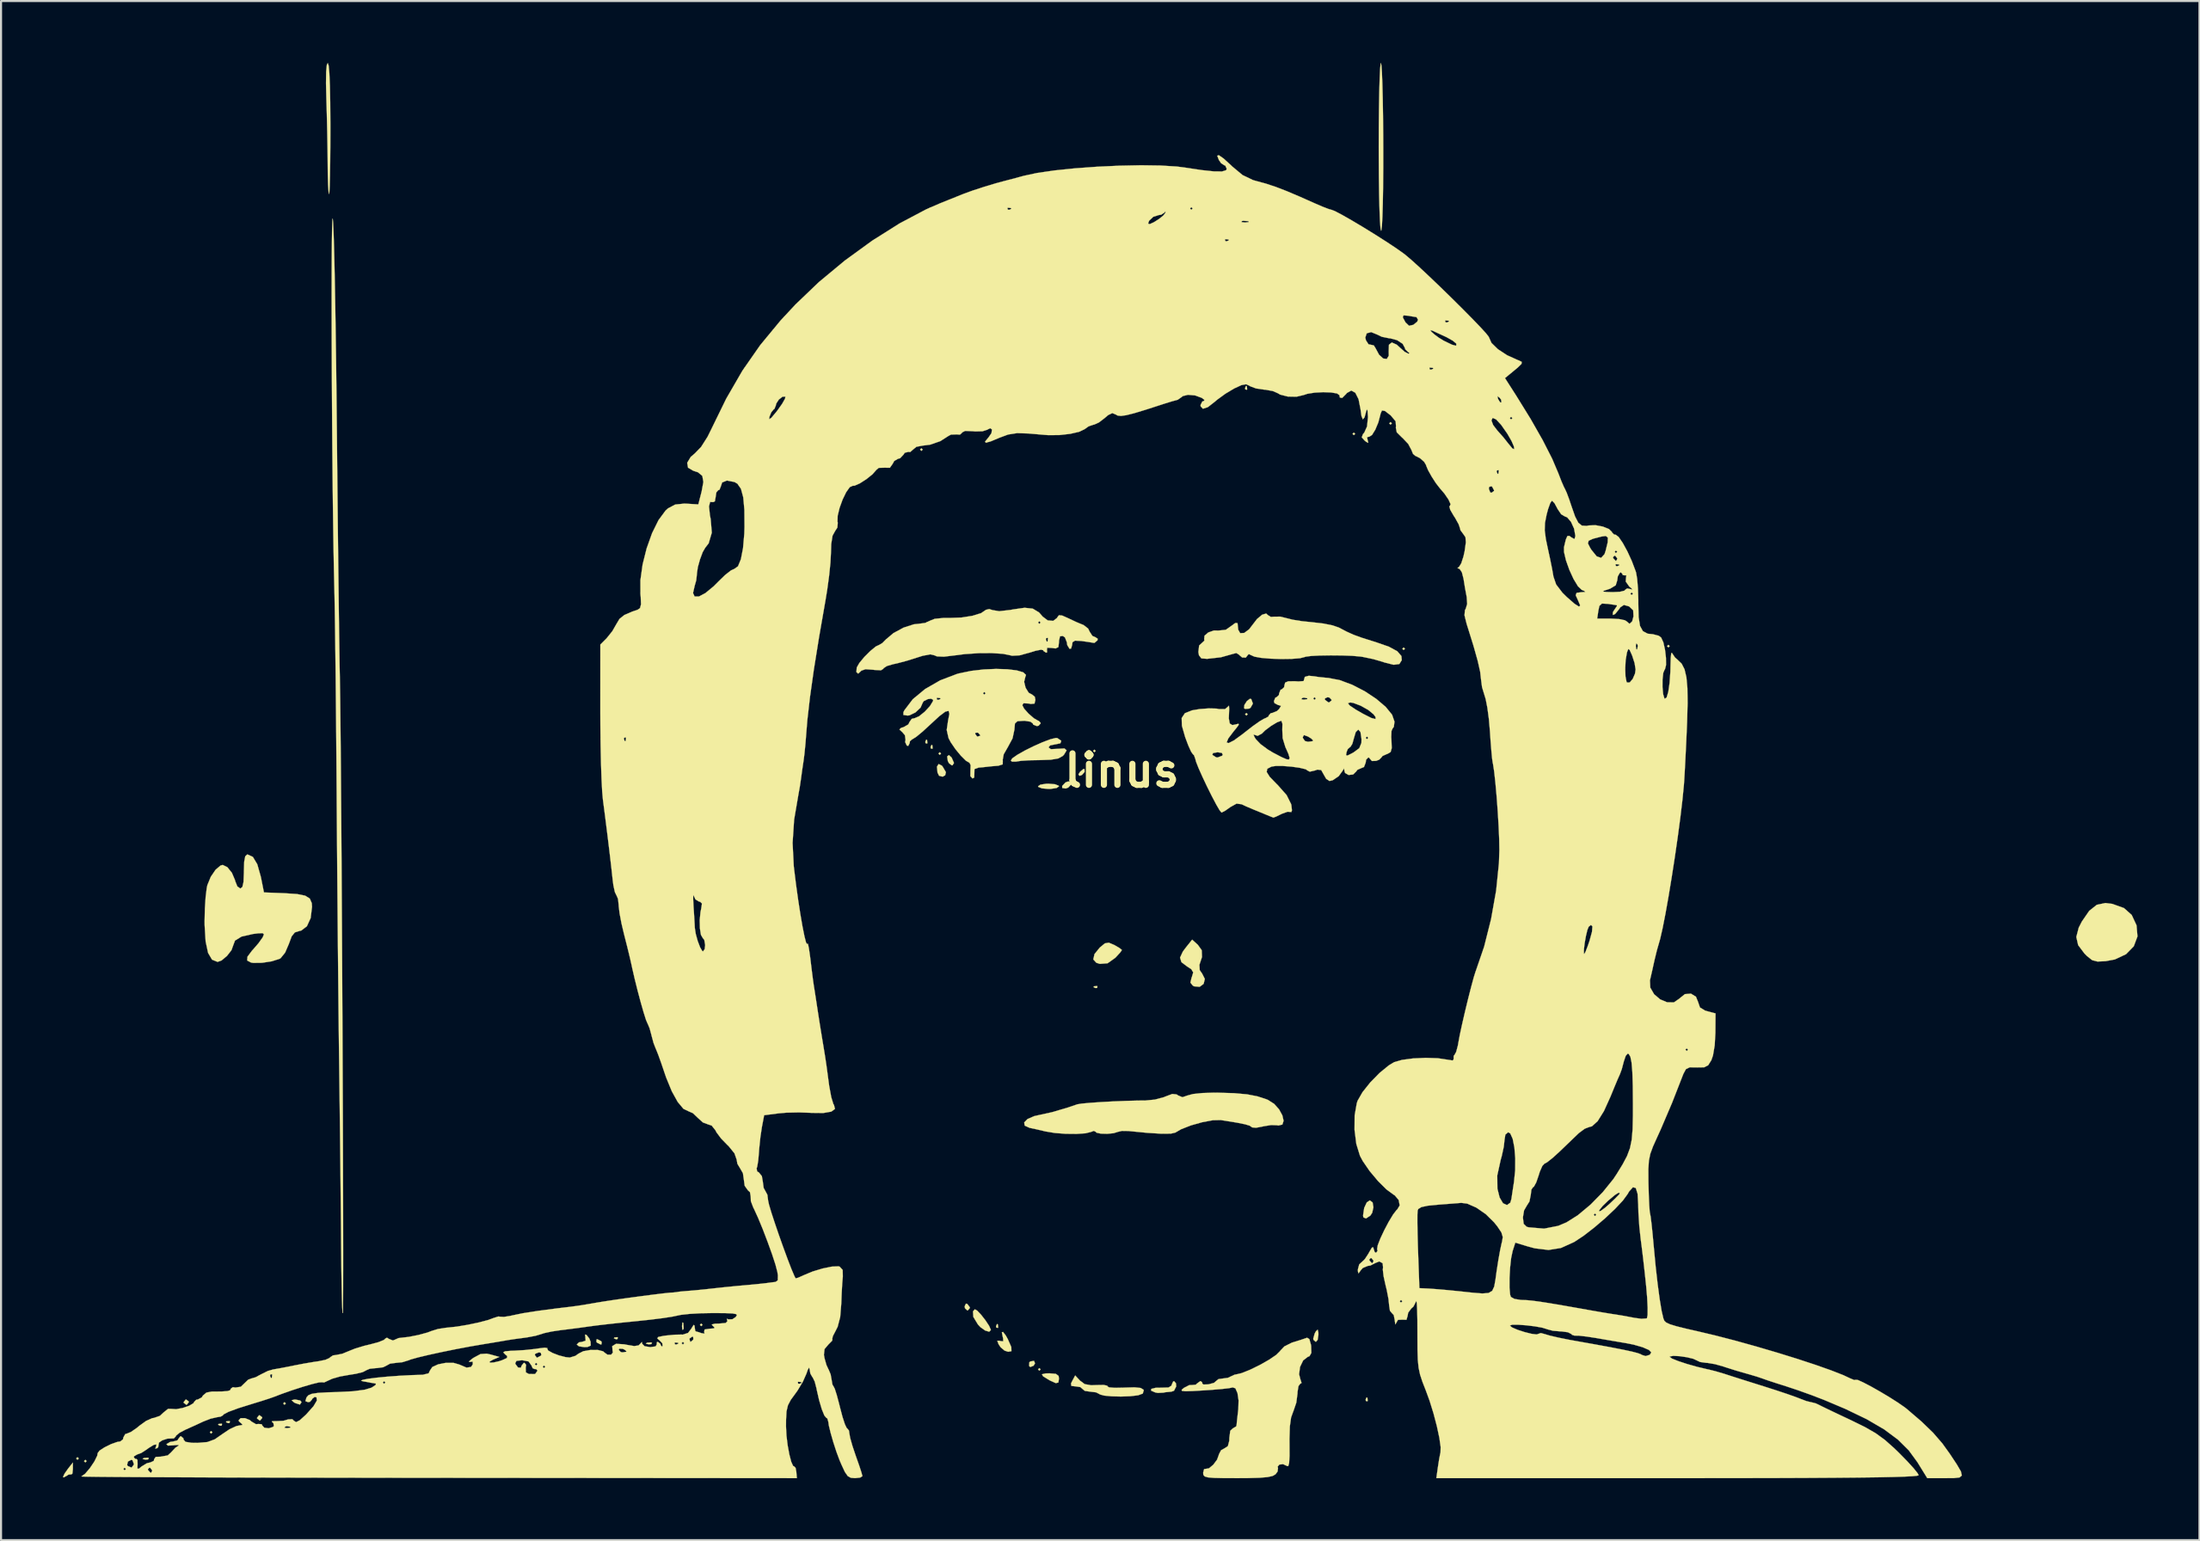
<source format=kicad_pcb>
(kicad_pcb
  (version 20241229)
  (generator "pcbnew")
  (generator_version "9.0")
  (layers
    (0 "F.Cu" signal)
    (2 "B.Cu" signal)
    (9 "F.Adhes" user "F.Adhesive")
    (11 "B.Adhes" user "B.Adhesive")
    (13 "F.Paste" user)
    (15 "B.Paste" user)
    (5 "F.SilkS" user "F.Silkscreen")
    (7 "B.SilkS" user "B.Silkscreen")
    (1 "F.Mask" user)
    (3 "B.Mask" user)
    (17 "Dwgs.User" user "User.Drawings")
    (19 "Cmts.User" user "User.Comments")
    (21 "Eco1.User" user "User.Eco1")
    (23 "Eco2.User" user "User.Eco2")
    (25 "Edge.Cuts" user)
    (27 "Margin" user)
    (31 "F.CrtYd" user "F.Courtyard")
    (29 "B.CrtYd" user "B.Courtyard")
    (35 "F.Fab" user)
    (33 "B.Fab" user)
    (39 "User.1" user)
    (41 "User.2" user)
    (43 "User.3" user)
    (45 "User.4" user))
  (footprint "linus"
    (layer "F.Cu")
    (at 51.313 34.295)
    (property "Reference" "linus" (at 0 0 0) (layer "F.SilkS") (effects (font (size 1.524 1.524) (thickness 0.3))))
    (attr through_hole)
    (fp_poly (pts (xy -50.546 33.337) (xy -50.609 33.401) (xy -50.673 33.337) (xy -50.609 33.274) (xy -50.546 33.337)) (stroke (width 0.01) (type solid)) (fill yes) (layer "F.SilkS"))
    (fp_poly (pts (xy -50.165 33.465) (xy -50.228 33.528) (xy -50.292 33.465) (xy -50.228 33.401) (xy -50.165 33.465)) (stroke (width 0.01) (type solid)) (fill yes) (layer "F.SilkS"))
    (fp_poly (pts (xy -44.069 32.068) (xy -44.133 32.131) (xy -44.196 32.068) (xy -44.133 32.004) (xy -44.069 32.068)) (stroke (width 0.01) (type solid)) (fill yes) (layer "F.SilkS"))
    (fp_poly (pts (xy -40.513 30.671) (xy -40.577 30.734) (xy -40.64 30.671) (xy -40.577 30.607) (xy -40.513 30.671)) (stroke (width 0.01) (type solid)) (fill yes) (layer "F.SilkS"))
    (fp_poly (pts (xy -20.32 26.86) (xy -20.384 26.924) (xy -20.447 26.86) (xy -20.384 26.797) (xy -20.32 26.86)) (stroke (width 0.01) (type solid)) (fill yes) (layer "F.SilkS"))
    (fp_poly (pts (xy -9.652 -15.557) (xy -9.716 -15.494) (xy -9.779 -15.557) (xy -9.716 -15.621) (xy -9.652 -15.557)) (stroke (width 0.01) (type solid)) (fill yes) (layer "F.SilkS"))
    (fp_poly (pts (xy -8.763 -0.826) (xy -8.826 -0.762) (xy -8.89 -0.826) (xy -8.826 -0.889) (xy -8.763 -0.826)) (stroke (width 0.01) (type solid)) (fill yes) (layer "F.SilkS"))
    (fp_poly (pts (xy -3.937 29.02) (xy -4 29.083) (xy -4.064 29.02) (xy -4 28.956) (xy -3.937 29.02)) (stroke (width 0.01) (type solid)) (fill yes) (layer "F.SilkS"))
    (fp_poly (pts (xy -1.27 -0.953) (xy -1.333 -0.889) (xy -1.397 -0.953) (xy -1.333 -1.016) (xy -1.27 -0.953)) (stroke (width 0.01) (type solid)) (fill yes) (layer "F.SilkS"))
    (fp_poly (pts (xy 6.096 -2.731) (xy 6.032 -2.667) (xy 5.969 -2.731) (xy 6.032 -2.794) (xy 6.096 -2.731)) (stroke (width 0.01) (type solid)) (fill yes) (layer "F.SilkS"))
    (fp_poly (pts (xy 11.303 -16.32) (xy 11.239 -16.256) (xy 11.176 -16.32) (xy 11.239 -16.383) (xy 11.303 -16.32)) (stroke (width 0.01) (type solid)) (fill yes) (layer "F.SilkS"))
    (fp_poly (pts (xy 13.081 -16.828) (xy 13.018 -16.764) (xy 12.954 -16.828) (xy 13.018 -16.891) (xy 13.081 -16.828)) (stroke (width 0.01) (type solid)) (fill yes) (layer "F.SilkS"))
    (fp_poly (pts (xy 13.716 -5.905) (xy 13.652 -5.842) (xy 13.589 -5.905) (xy 13.652 -5.969) (xy 13.716 -5.905)) (stroke (width 0.01) (type solid)) (fill yes) (layer "F.SilkS"))
    (fp_poly (pts (xy 26.543 -6.032) (xy 26.48 -5.969) (xy 26.416 -6.032) (xy 26.48 -6.096) (xy 26.543 -6.032)) (stroke (width 0.01) (type solid)) (fill yes) (layer "F.SilkS"))
    (fp_poly (pts (xy -47.151 33.324) (xy -47.189 33.382) (xy -47.318 33.391) (xy -47.454 33.36) (xy -47.395 33.314) (xy -47.196 33.299) (xy -47.151 33.324)) (stroke (width 0.01) (type solid)) (fill yes) (layer "F.SilkS"))
    (fp_poly (pts (xy -43.603 31.665) (xy -43.621 31.741) (xy -43.688 31.75) (xy -43.793 31.704) (xy -43.773 31.665) (xy -43.622 31.65) (xy -43.603 31.665)) (stroke (width 0.01) (type solid)) (fill yes) (layer "F.SilkS"))
    (fp_poly (pts (xy -43.222 31.538) (xy -43.24 31.614) (xy -43.307 31.623) (xy -43.412 31.577) (xy -43.392 31.538) (xy -43.241 31.523) (xy -43.222 31.538)) (stroke (width 0.01) (type solid)) (fill yes) (layer "F.SilkS"))
    (fp_poly (pts (xy -24.426 27.474) (xy -24.444 27.55) (xy -24.511 27.559) (xy -24.616 27.513) (xy -24.596 27.474) (xy -24.445 27.459) (xy -24.426 27.474)) (stroke (width 0.01) (type solid)) (fill yes) (layer "F.SilkS"))
    (fp_poly (pts (xy -22.767 27.736) (xy -22.805 27.794) (xy -22.934 27.803) (xy -23.07 27.772) (xy -23.011 27.726) (xy -22.812 27.711) (xy -22.767 27.736)) (stroke (width 0.01) (type solid)) (fill yes) (layer "F.SilkS"))
    (fp_poly (pts (xy -21.252 26.765) (xy -21.235 27.025) (xy -21.252 27.083) (xy -21.298 27.099) (xy -21.316 26.924) (xy -21.296 26.744) (xy -21.252 26.765)) (stroke (width 0.01) (type solid)) (fill yes) (layer "F.SilkS"))
    (fp_poly (pts (xy -9.44 -1.482) (xy -9.425 -1.331) (xy -9.44 -1.312) (xy -9.516 -1.33) (xy -9.525 -1.397) (xy -9.479 -1.502) (xy -9.44 -1.482)) (stroke (width 0.01) (type solid)) (fill yes) (layer "F.SilkS"))
    (fp_poly (pts (xy -9.186 -1.228) (xy -9.171 -1.077) (xy -9.186 -1.058) (xy -9.262 -1.076) (xy -9.271 -1.143) (xy -9.225 -1.248) (xy -9.186 -1.228)) (stroke (width 0.01) (type solid)) (fill yes) (layer "F.SilkS"))
    (fp_poly (pts (xy -6.011 26.839) (xy -5.996 26.99) (xy -6.011 27.009) (xy -6.087 26.991) (xy -6.096 26.924) (xy -6.05 26.819) (xy -6.011 26.839)) (stroke (width 0.01) (type solid)) (fill yes) (layer "F.SilkS"))
    (fp_poly (pts (xy -1.185 10.456) (xy -1.203 10.532) (xy -1.27 10.541) (xy -1.375 10.495) (xy -1.355 10.456) (xy -1.204 10.441) (xy -1.185 10.456)) (stroke (width 0.01) (type solid)) (fill yes) (layer "F.SilkS"))
    (fp_poly (pts (xy 6.054 -18.627) (xy 6.069 -18.476) (xy 6.054 -18.457) (xy 5.978 -18.475) (xy 5.969 -18.542) (xy 6.015 -18.647) (xy 6.054 -18.627)) (stroke (width 0.01) (type solid)) (fill yes) (layer "F.SilkS"))
    (fp_poly (pts (xy 11.896 30.395) (xy 11.911 30.546) (xy 11.896 30.565) (xy 11.82 30.547) (xy 11.811 30.48) (xy 11.857 30.375) (xy 11.896 30.395)) (stroke (width 0.01) (type solid)) (fill yes) (layer "F.SilkS"))
    (fp_poly (pts (xy -4.21 28.728) (xy -4.28 28.842) (xy -4.44 28.905) (xy -4.496 28.849) (xy -4.485 28.677) (xy -4.439 28.635) (xy -4.258 28.605) (xy -4.21 28.728)) (stroke (width 0.01) (type solid)) (fill yes) (layer "F.SilkS"))
    (fp_poly (pts (xy -1.808 0.066) (xy -1.936 0.213) (xy -2.055 0.254) (xy -2.106 0.181) (xy -2.029 0.06) (xy -1.874 -0.073) (xy -1.811 -0.075) (xy -1.808 0.066)) (stroke (width 0.01) (type solid)) (fill yes) (layer "F.SilkS"))
    (fp_poly (pts (xy -45.216 30.577) (xy -45.212 30.607) (xy -45.309 30.73) (xy -45.339 30.734) (xy -45.462 30.637) (xy -45.466 30.607) (xy -45.369 30.484) (xy -45.339 30.48) (xy -45.216 30.577)) (stroke (width 0.01) (type solid)) (fill yes) (layer "F.SilkS"))
    (fp_poly (pts (xy -41.66 31.339) (xy -41.656 31.369) (xy -41.753 31.492) (xy -41.783 31.496) (xy -41.906 31.399) (xy -41.91 31.369) (xy -41.813 31.246) (xy -41.783 31.242) (xy -41.66 31.339)) (stroke (width 0.01) (type solid)) (fill yes) (layer "F.SilkS"))
    (fp_poly (pts (xy -39.814 30.528) (xy -39.751 30.607) (xy -39.831 30.725) (xy -40.062 30.65) (xy -40.132 30.607) (xy -40.232 30.514) (xy -40.106 30.483) (xy -40.037 30.482) (xy -39.814 30.528)) (stroke (width 0.01) (type solid)) (fill yes) (layer "F.SilkS"))
    (fp_poly (pts (xy -25.235 27.652) (xy -25.209 27.686) (xy -25.215 27.803) (xy -25.258 27.813) (xy -25.438 27.72) (xy -25.463 27.686) (xy -25.458 27.569) (xy -25.415 27.559) (xy -25.235 27.652)) (stroke (width 0.01) (type solid)) (fill yes) (layer "F.SilkS"))
    (fp_poly (pts (xy -8.25 -0.631) (xy -8.136 -0.371) (xy -8.207 -0.257) (xy -8.241 -0.254) (xy -8.378 -0.356) (xy -8.435 -0.463) (xy -8.467 -0.685) (xy -8.383 -0.754) (xy -8.25 -0.631)) (stroke (width 0.01) (type solid)) (fill yes) (layer "F.SilkS"))
    (fp_poly (pts (xy -7.493 25.845) (xy -7.371 26.007) (xy -7.366 26.042) (xy -7.463 26.159) (xy -7.493 26.162) (xy -7.604 26.059) (xy -7.62 25.964) (xy -7.558 25.833) (xy -7.493 25.845)) (stroke (width 0.01) (type solid)) (fill yes) (layer "F.SilkS"))
    (fp_poly (pts (xy -2.442 0.555) (xy -2.441 0.655) (xy -2.601 0.823) (xy -2.724 0.869) (xy -2.892 0.842) (xy -2.893 0.742) (xy -2.733 0.574) (xy -2.61 0.528) (xy -2.442 0.555)) (stroke (width 0.01) (type solid)) (fill yes) (layer "F.SilkS"))
    (fp_poly (pts (xy -8.726 -0.242) (xy -8.68 -0.185) (xy -8.528 0.077) (xy -8.564 0.228) (xy -8.687 0.295) (xy -8.859 0.25) (xy -8.935 0.096) (xy -8.962 -0.192) (xy -8.88 -0.318) (xy -8.726 -0.242)) (stroke (width 0.01) (type solid)) (fill yes) (layer "F.SilkS"))
    (fp_poly (pts (xy 6.267 -3.469) (xy 6.348 -3.246) (xy 6.232 -3.041) (xy 6.164 -3.004) (xy 5.969 -2.989) (xy 5.921 -3.023) (xy 5.934 -3.177) (xy 6.051 -3.362) (xy 6.195 -3.478) (xy 6.267 -3.469)) (stroke (width 0.01) (type solid)) (fill yes) (layer "F.SilkS"))
    (fp_poly (pts (xy 9.52 27.226) (xy 9.523 27.337) (xy 9.485 27.59) (xy 9.398 27.686) (xy 9.281 27.586) (xy 9.273 27.527) (xy 9.34 27.287) (xy 9.398 27.178) (xy 9.486 27.092) (xy 9.52 27.226)) (stroke (width 0.01) (type solid)) (fill yes) (layer "F.SilkS"))
    (fp_poly (pts (xy -50.832 33.854) (xy -50.854 34.068) (xy -50.899 34.106) (xy -51.039 34.116) (xy -51.138 34.18) (xy -51.28 34.257) (xy -51.308 34.23) (xy -51.237 34.075) (xy -51.07 33.837) (xy -50.832 33.534) (xy -50.832 33.854)) (stroke (width 0.01) (type solid)) (fill yes) (layer "F.SilkS"))
    (fp_poly (pts (xy 12.149 20.929) (xy 12.188 21.164) (xy 12.13 21.427) (xy 12.04 21.565) (xy 11.826 21.706) (xy 11.7 21.649) (xy 11.686 21.558) (xy 11.74 21.196) (xy 11.867 20.924) (xy 12.016 20.828) (xy 12.149 20.929)) (stroke (width 0.01) (type solid)) (fill yes) (layer "F.SilkS"))
    (fp_poly (pts (xy -3.198 29.236) (xy -3.067 29.337) (xy -3.048 29.464) (xy -3.078 29.655) (xy -3.203 29.685) (xy -3.476 29.562) (xy -3.526 29.534) (xy -3.818 29.355) (xy -3.874 29.255) (xy -3.695 29.214) (xy -3.514 29.21) (xy -3.198 29.236)) (stroke (width 0.01) (type solid)) (fill yes) (layer "F.SilkS"))
    (fp_poly (pts (xy -3.238 0.663) (xy -3.061 0.734) (xy -3.048 0.762) (xy -3.161 0.842) (xy -3.442 0.886) (xy -3.556 0.889) (xy -3.874 0.861) (xy -4.051 0.79) (xy -4.064 0.762) (xy -3.951 0.682) (xy -3.67 0.638) (xy -3.556 0.635) (xy -3.238 0.663)) (stroke (width 0.01) (type solid)) (fill yes) (layer "F.SilkS"))
    (fp_poly (pts (xy -25.945 27.346) (xy -25.805 27.527) (xy -25.745 27.684) (xy -25.739 27.867) (xy -25.896 27.934) (xy -26.047 27.94) (xy -26.309 27.902) (xy -26.416 27.813) (xy -26.31 27.709) (xy -26.166 27.686) (xy -25.986 27.63) (xy -25.997 27.475) (xy -26.014 27.331) (xy -25.945 27.346)) (stroke (width 0.01) (type solid)) (fill yes) (layer "F.SilkS"))
    (fp_poly (pts (xy -7.013 26.169) (xy -6.822 26.372) (xy -6.61 26.643) (xy -6.434 26.91) (xy -6.351 27.099) (xy -6.35 27.112) (xy -6.431 27.194) (xy -6.625 27.136) (xy -6.857 26.972) (xy -6.976 26.843) (xy -7.199 26.475) (xy -7.215 26.208) (xy -7.127 26.108) (xy -7.013 26.169)) (stroke (width 0.01) (type solid)) (fill yes) (layer "F.SilkS"))
    (fp_poly (pts (xy -5.624 27.381) (xy -5.528 27.553) (xy -5.359 27.936) (xy -5.352 28.136) (xy -5.511 28.165) (xy -5.685 28.109) (xy -5.873 27.951) (xy -5.973 27.805) (xy -6.04 27.634) (xy -5.938 27.628) (xy -5.894 27.645) (xy -5.75 27.66) (xy -5.757 27.504) (xy -5.772 27.451) (xy -5.818 27.223) (xy -5.76 27.203) (xy -5.624 27.381)) (stroke (width 0.01) (type solid)) (fill yes) (layer "F.SilkS"))
    (fp_poly (pts (xy -0.379 8.447) (xy -0.367 8.453) (xy -0.116 8.598) (xy -0.001 8.693) (xy 0 8.697) (xy -0.081 8.814) (xy -0.279 9.03) (xy -0.323 9.075) (xy -0.693 9.338) (xy -1.069 9.367) (xy -1.238 9.314) (xy -1.386 9.151) (xy -1.328 8.892) (xy -1.074 8.579) (xy -1.065 8.57) (xy -0.825 8.373) (xy -0.637 8.339) (xy -0.379 8.447)) (stroke (width 0.01) (type solid)) (fill yes) (layer "F.SilkS"))
    (fp_poly (pts (xy 2.621 29.696) (xy 2.632 29.845) (xy 2.525 30.056) (xy 2.396 30.099) (xy 2.103 30.127) (xy 2.011 30.147) (xy 1.744 30.16) (xy 1.619 30.138) (xy 1.412 30.048) (xy 1.427 29.963) (xy 1.633 29.911) (xy 1.905 29.907) (xy 2.263 29.896) (xy 2.407 29.802) (xy 2.413 29.763) (xy 2.483 29.606) (xy 2.532 29.591) (xy 2.621 29.696)) (stroke (width 0.01) (type solid)) (fill yes) (layer "F.SilkS"))
    (fp_poly (pts (xy 47.99 6.459) (xy 48.556 6.662) (xy 48.931 6.995) (xy 49.165 7.497) (xy 49.211 8.036) (xy 49.033 8.513) (xy 48.659 8.896) (xy 48.116 9.152) (xy 47.666 9.236) (xy 47.274 9.254) (xy 47.013 9.186) (xy 46.764 8.988) (xy 46.641 8.863) (xy 46.337 8.459) (xy 46.247 8.063) (xy 46.365 7.609) (xy 46.516 7.314) (xy 46.873 6.796) (xy 47.239 6.505) (xy 47.658 6.417) (xy 47.99 6.459)) (stroke (width 0.01) (type solid)) (fill yes) (layer "F.SilkS"))
    (fp_poly (pts (xy 3.68 8.443) (xy 3.869 8.706) (xy 3.881 9.034) (xy 3.756 9.413) (xy 3.771 9.67) (xy 3.889 9.84) (xy 4.019 10.097) (xy 3.961 10.334) (xy 3.769 10.478) (xy 3.501 10.456) (xy 3.436 10.421) (xy 3.32 10.275) (xy 3.376 10.035) (xy 3.39 10.004) (xy 3.456 9.781) (xy 3.363 9.625) (xy 3.161 9.493) (xy 2.885 9.286) (xy 2.817 9.063) (xy 2.954 8.768) (xy 3.1 8.573) (xy 3.404 8.193) (xy 3.68 8.443)) (stroke (width 0.01) (type solid)) (fill yes) (layer "F.SilkS"))
    (fp_poly (pts (xy -38.438 -34.165) (xy -38.404 -33.797) (xy -38.378 -33.196) (xy -38.361 -32.374) (xy -38.354 -31.341) (xy -38.354 -31.115) (xy -38.356 -30.247) (xy -38.363 -29.47) (xy -38.374 -28.817) (xy -38.387 -28.322) (xy -38.403 -28.02) (xy -38.417 -27.94) (xy -38.443 -28.059) (xy -38.464 -28.38) (xy -38.479 -28.855) (xy -38.485 -29.369) (xy -38.491 -30.082) (xy -38.506 -30.936) (xy -38.527 -31.818) (xy -38.548 -32.544) (xy -38.566 -33.313) (xy -38.558 -33.87) (xy -38.527 -34.199) (xy -38.481 -34.29) (xy -38.438 -34.165)) (stroke (width 0.01) (type solid)) (fill yes) (layer "F.SilkS"))
    (fp_poly (pts (xy 12.576 -34.168) (xy 12.6 -33.822) (xy 12.621 -33.282) (xy 12.639 -32.579) (xy 12.653 -31.741) (xy 12.662 -30.8) (xy 12.664 -30.226) (xy 12.664 -29.183) (xy 12.656 -28.253) (xy 12.642 -27.462) (xy 12.623 -26.835) (xy 12.6 -26.4) (xy 12.572 -26.182) (xy 12.56 -26.162) (xy 12.531 -26.285) (xy 12.505 -26.635) (xy 12.483 -27.186) (xy 12.465 -27.911) (xy 12.453 -28.785) (xy 12.447 -29.781) (xy 12.446 -30.226) (xy 12.449 -31.213) (xy 12.458 -32.113) (xy 12.472 -32.897) (xy 12.49 -33.535) (xy 12.511 -33.995) (xy 12.536 -34.249) (xy 12.55 -34.29) (xy 12.576 -34.168)) (stroke (width 0.01) (type solid)) (fill yes) (layer "F.SilkS"))
    (fp_poly (pts (xy -3.128 -1.576) (xy -2.938 -1.444) (xy -2.979 -1.324) (xy -3.23 -1.27) (xy -3.239 -1.27) (xy -3.477 -1.221) (xy -3.556 -1.126) (xy -3.443 -1.038) (xy -3.114 -1.055) (xy -3.111 -1.055) (xy -2.781 -1.073) (xy -2.679 -0.98) (xy -2.803 -0.775) (xy -2.867 -0.708) (xy -3.076 -0.591) (xy -3.444 -0.527) (xy -3.999 -0.508) (xy -4.483 -0.499) (xy -4.881 -0.474) (xy -5.112 -0.439) (xy -5.12 -0.436) (xy -5.324 -0.435) (xy -5.382 -0.482) (xy -5.315 -0.592) (xy -5.07 -0.764) (xy -4.704 -0.971) (xy -4.275 -1.184) (xy -3.843 -1.376) (xy -3.465 -1.518) (xy -3.199 -1.582) (xy -3.128 -1.576)) (stroke (width 0.01) (type solid)) (fill yes) (layer "F.SilkS"))
    (fp_poly (pts (xy -2.026 29.568) (xy -1.801 29.734) (xy -1.486 29.789) (xy -1.209 29.778) (xy -0.883 29.773) (xy -0.707 29.81) (xy -0.698 29.844) (xy -0.617 29.891) (xy -0.341 29.913) (xy 0.073 29.905) (xy 0.113 29.903) (xy 0.612 29.889) (xy 0.906 29.919) (xy 1.044 30) (xy 1.06 30.031) (xy 1.012 30.191) (xy 0.787 30.274) (xy 0.405 30.319) (xy -0.047 30.335) (xy -0.495 30.324) (xy -0.861 30.289) (xy -1.068 30.232) (xy -1.086 30.216) (xy -1.253 30.132) (xy -1.531 30.099) (xy -1.796 30.062) (xy -1.905 29.972) (xy -2.014 29.877) (xy -2.227 29.845) (xy -2.45 29.82) (xy -2.466 29.702) (xy -2.406 29.579) (xy -2.264 29.313) (xy -2.026 29.568)) (stroke (width 0.01) (type solid)) (fill yes) (layer "F.SilkS"))
    (fp_poly (pts (xy -42.11 4.182) (xy -41.896 4.539) (xy -41.726 5.141) (xy -41.716 5.187) (xy -41.573 5.905) (xy -40.573 5.943) (xy -39.968 5.983) (xy -39.574 6.062) (xy -39.351 6.202) (xy -39.256 6.422) (xy -39.243 6.601) (xy -39.309 7.145) (xy -39.492 7.544) (xy -39.769 7.754) (xy -39.851 7.771) (xy -40.073 7.841) (xy -40.228 8.03) (xy -40.367 8.402) (xy -40.547 8.822) (xy -40.763 9.089) (xy -40.817 9.122) (xy -41.197 9.243) (xy -41.668 9.315) (xy -42.089 9.32) (xy -42.196 9.304) (xy -42.385 9.204) (xy -42.372 9.02) (xy -42.152 8.726) (xy -42.093 8.662) (xy -41.835 8.363) (xy -41.645 8.096) (xy -41.633 8.077) (xy -41.573 7.935) (xy -41.634 7.878) (xy -41.866 7.888) (xy -42.105 7.918) (xy -42.662 8.045) (xy -42.976 8.239) (xy -43.053 8.444) (xy -43.146 8.702) (xy -43.367 8.985) (xy -43.632 9.204) (xy -43.821 9.271) (xy -44.088 9.163) (xy -44.28 8.836) (xy -44.399 8.28) (xy -44.448 7.489) (xy -44.449 7.277) (xy -44.435 6.678) (xy -44.398 6.118) (xy -44.344 5.685) (xy -44.314 5.548) (xy -44.15 5.147) (xy -43.919 4.807) (xy -43.679 4.602) (xy -43.57 4.572) (xy -43.346 4.681) (xy -43.127 4.952) (xy -42.979 5.299) (xy -42.967 5.349) (xy -42.863 5.61) (xy -42.72 5.715) (xy -42.619 5.643) (xy -42.564 5.402) (xy -42.545 4.951) (xy -42.545 4.889) (xy -42.53 4.415) (xy -42.479 4.153) (xy -42.384 4.065) (xy -42.37 4.064) (xy -42.11 4.182)) (stroke (width 0.01) (type solid)) (fill yes) (layer "F.SilkS"))
    (fp_poly (pts (xy 4.62 15.609) (xy 5.435 15.633) (xy 6.063 15.689) (xy 6.567 15.786) (xy 7.012 15.932) (xy 7.077 15.959) (xy 7.377 16.15) (xy 7.616 16.417) (xy 7.775 16.709) (xy 7.835 16.971) (xy 7.777 17.153) (xy 7.583 17.201) (xy 7.517 17.188) (xy 7.233 17.178) (xy 6.861 17.238) (xy 6.812 17.251) (xy 6.499 17.309) (xy 6.306 17.291) (xy 6.289 17.276) (xy 6.193 17.209) (xy 5.965 17.14) (xy 5.568 17.061) (xy 4.965 16.963) (xy 4.786 16.936) (xy 4.404 16.945) (xy 3.893 17.04) (xy 3.349 17.193) (xy 2.872 17.379) (xy 2.588 17.544) (xy 2.372 17.594) (xy 1.918 17.598) (xy 1.237 17.556) (xy 0.34 17.469) (xy 0.318 17.466) (xy 0.004 17.461) (xy -0.191 17.507) (xy -0.402 17.573) (xy -0.71 17.602) (xy -1.019 17.594) (xy -1.23 17.549) (xy -1.27 17.506) (xy -1.36 17.46) (xy -1.498 17.512) (xy -1.767 17.578) (xy -2.204 17.607) (xy -2.726 17.602) (xy -3.249 17.562) (xy -3.691 17.489) (xy -3.707 17.486) (xy -4.118 17.389) (xy -4.474 17.313) (xy -4.71 17.206) (xy -4.734 17.051) (xy -4.572 16.886) (xy -4.253 16.747) (xy -4.034 16.697) (xy -3.39 16.556) (xy -2.615 16.328) (xy -2.159 16.173) (xy -1.953 16.139) (xy -1.554 16.102) (xy -1.021 16.065) (xy -0.416 16.032) (xy 0.201 16.007) (xy 0.77 15.992) (xy 1.133 15.989) (xy 1.598 15.944) (xy 2.038 15.826) (xy 2.118 15.792) (xy 2.443 15.671) (xy 2.651 15.693) (xy 2.723 15.742) (xy 2.934 15.829) (xy 3.183 15.744) (xy 3.449 15.673) (xy 3.901 15.626) (xy 4.475 15.608) (xy 4.62 15.609)) (stroke (width 0.01) (type solid)) (fill yes) (layer "F.SilkS"))
    (fp_poly (pts (xy 7.071 -7.538) (xy 7.218 -7.447) (xy 7.373 -7.458) (xy 7.674 -7.462) (xy 7.97 -7.389) (xy 8.272 -7.313) (xy 8.729 -7.24) (xy 9.242 -7.188) (xy 9.246 -7.187) (xy 9.759 -7.128) (xy 10.214 -7.036) (xy 10.514 -6.932) (xy 10.516 -6.931) (xy 10.891 -6.734) (xy 11.234 -6.58) (xy 11.632 -6.436) (xy 12.172 -6.266) (xy 12.285 -6.232) (xy 12.932 -6.006) (xy 13.345 -5.784) (xy 13.544 -5.552) (xy 13.562 -5.352) (xy 13.443 -5.164) (xy 13.169 -5.128) (xy 12.717 -5.242) (xy 12.642 -5.269) (xy 12.177 -5.404) (xy 11.665 -5.511) (xy 11.562 -5.526) (xy 11.171 -5.561) (xy 10.668 -5.58) (xy 10.122 -5.585) (xy 9.601 -5.577) (xy 9.172 -5.555) (xy 8.903 -5.52) (xy 8.855 -5.503) (xy 8.626 -5.445) (xy 8.223 -5.414) (xy 7.724 -5.407) (xy 7.207 -5.424) (xy 6.748 -5.463) (xy 6.427 -5.521) (xy 6.341 -5.558) (xy 6.149 -5.647) (xy 6.096 -5.595) (xy 6.007 -5.478) (xy 5.829 -5.48) (xy 5.691 -5.598) (xy 5.686 -5.611) (xy 5.545 -5.697) (xy 5.39 -5.658) (xy 4.8 -5.492) (xy 4.128 -5.416) (xy 3.851 -5.438) (xy 3.734 -5.588) (xy 3.706 -5.747) (xy 3.742 -6.062) (xy 3.864 -6.174) (xy 3.997 -6.297) (xy 3.987 -6.372) (xy 4.003 -6.538) (xy 4.186 -6.694) (xy 4.456 -6.789) (xy 4.684 -6.787) (xy 5.033 -6.823) (xy 5.287 -7.001) (xy 5.494 -7.153) (xy 5.601 -7.148) (xy 5.604 -7.134) (xy 5.632 -6.864) (xy 5.636 -6.828) (xy 5.732 -6.66) (xy 5.928 -6.672) (xy 6.162 -6.846) (xy 6.287 -7.008) (xy 6.544 -7.343) (xy 6.796 -7.555) (xy 6.992 -7.612) (xy 7.071 -7.538)) (stroke (width 0.01) (type solid)) (fill yes) (layer "F.SilkS"))
    (fp_poly (pts (xy -38.238 -26.739) (xy -38.22 -26.533) (xy -38.2 -26.094) (xy -38.18 -25.443) (xy -38.158 -24.6) (xy -38.137 -23.586) (xy -38.116 -22.423) (xy -38.096 -21.13) (xy -38.076 -19.729) (xy -38.058 -18.24) (xy -38.042 -16.684) (xy -38.04 -16.515) (xy -38.025 -14.901) (xy -38.009 -13.313) (xy -37.993 -11.776) (xy -37.976 -10.316) (xy -37.96 -8.958) (xy -37.945 -7.729) (xy -37.931 -6.653) (xy -37.918 -5.757) (xy -37.907 -5.065) (xy -37.898 -4.636) (xy -37.889 -4.119) (xy -37.878 -3.396) (xy -37.868 -2.485) (xy -37.857 -1.405) (xy -37.846 -0.176) (xy -37.836 1.184) (xy -37.825 2.655) (xy -37.814 4.219) (xy -37.804 5.855) (xy -37.794 7.544) (xy -37.785 9.268) (xy -37.776 11.008) (xy -37.767 12.743) (xy -37.76 14.456) (xy -37.753 16.126) (xy -37.747 17.735) (xy -37.742 19.263) (xy -37.738 20.692) (xy -37.736 22.001) (xy -37.734 23.173) (xy -37.734 24.187) (xy -37.736 25.024) (xy -37.739 25.666) (xy -37.743 26.093) (xy -37.75 26.286) (xy -37.75 26.289) (xy -37.765 26.281) (xy -37.78 26.046) (xy -37.795 25.61) (xy -37.808 24.999) (xy -37.821 24.24) (xy -37.83 23.361) (xy -37.834 22.987) (xy -37.842 21.963) (xy -37.854 20.745) (xy -37.867 19.391) (xy -37.883 17.962) (xy -37.9 16.515) (xy -37.917 15.111) (xy -37.93 14.034) (xy -37.945 12.883) (xy -37.96 11.525) (xy -37.975 10.007) (xy -37.991 8.375) (xy -38.006 6.677) (xy -38.021 4.959) (xy -38.034 3.268) (xy -38.046 1.651) (xy -38.049 1.143) (xy -38.06 -0.316) (xy -38.072 -1.766) (xy -38.085 -3.176) (xy -38.098 -4.513) (xy -38.113 -5.746) (xy -38.127 -6.843) (xy -38.141 -7.773) (xy -38.154 -8.503) (xy -38.163 -8.89) (xy -38.182 -9.721) (xy -38.2 -10.692) (xy -38.217 -11.78) (xy -38.233 -12.963) (xy -38.247 -14.219) (xy -38.259 -15.524) (xy -38.269 -16.855) (xy -38.278 -18.19) (xy -38.285 -19.506) (xy -38.29 -20.781) (xy -38.292 -21.991) (xy -38.293 -23.115) (xy -38.291 -24.128) (xy -38.287 -25.009) (xy -38.28 -25.734) (xy -38.271 -26.282) (xy -38.259 -26.628) (xy -38.244 -26.752) (xy -38.238 -26.739)) (stroke (width 0.01) (type solid)) (fill yes) (layer "F.SilkS"))
    (fp_poly (pts (xy 9.083 27.55) (xy 9.162 27.83) (xy 9.17 27.889) (xy 9.18 28.219) (xy 9.092 28.377) (xy 9.002 28.415) (xy 8.782 28.587) (xy 8.631 28.902) (xy 8.586 29.255) (xy 8.643 29.477) (xy 8.706 29.677) (xy 8.64 29.718) (xy 8.556 29.83) (xy 8.511 30.108) (xy 8.508 30.194) (xy 8.451 30.632) (xy 8.313 31.037) (xy 8.306 31.052) (xy 8.198 31.351) (xy 8.138 31.781) (xy 8.119 32.393) (xy 8.121 32.638) (xy 8.123 33.21) (xy 8.103 33.557) (xy 8.06 33.709) (xy 7.991 33.696) (xy 7.809 33.611) (xy 7.626 33.633) (xy 7.545 33.737) (xy 7.565 33.796) (xy 7.545 33.966) (xy 7.447 34.1) (xy 7.309 34.182) (xy 7.061 34.238) (xy 6.663 34.272) (xy 6.076 34.288) (xy 5.597 34.29) (xy 4.921 34.288) (xy 4.459 34.278) (xy 4.17 34.253) (xy 4.014 34.208) (xy 3.949 34.135) (xy 3.937 34.029) (xy 3.983 33.851) (xy 4.056 33.841) (xy 4.22 33.813) (xy 4.429 33.638) (xy 4.612 33.392) (xy 4.698 33.155) (xy 4.699 33.138) (xy 4.806 32.935) (xy 4.953 32.856) (xy 5.134 32.741) (xy 5.203 32.477) (xy 5.207 32.333) (xy 5.251 31.994) (xy 5.376 31.877) (xy 5.538 31.782) (xy 5.557 31.718) (xy 5.577 31.504) (xy 5.618 31.144) (xy 5.641 30.947) (xy 5.654 30.525) (xy 5.601 30.167) (xy 5.499 29.935) (xy 5.364 29.891) (xy 5.352 29.897) (xy 5.192 29.93) (xy 4.837 29.97) (xy 4.347 30.011) (xy 3.993 30.035) (xy 3.425 30.068) (xy 3.076 30.078) (xy 2.911 30.061) (xy 2.894 30.012) (xy 2.992 29.926) (xy 3.016 29.909) (xy 3.264 29.782) (xy 3.42 29.776) (xy 3.583 29.76) (xy 3.618 29.72) (xy 3.786 29.596) (xy 3.825 29.591) (xy 3.901 29.664) (xy 3.888 29.695) (xy 3.948 29.752) (xy 4.182 29.746) (xy 4.198 29.744) (xy 4.462 29.672) (xy 4.572 29.577) (xy 4.68 29.49) (xy 4.868 29.464) (xy 5.139 29.427) (xy 5.258 29.37) (xy 5.464 29.274) (xy 5.502 29.27) (xy 5.804 29.199) (xy 6.223 29.031) (xy 6.688 28.803) (xy 7.13 28.552) (xy 7.479 28.315) (xy 7.667 28.128) (xy 7.673 28.115) (xy 7.875 27.904) (xy 8.23 27.726) (xy 8.308 27.701) (xy 8.666 27.59) (xy 8.926 27.502) (xy 8.971 27.484) (xy 9.083 27.55)) (stroke (width 0.01) (type solid)) (fill yes) (layer "F.SilkS"))
    (fp_poly (pts (xy -4.317 -7.848) (xy -4.015 -7.665) (xy -3.836 -7.461) (xy -3.595 -7.279) (xy -3.33 -7.256) (xy -3.143 -7.398) (xy -3.13 -7.426) (xy -3.052 -7.529) (xy -2.893 -7.514) (xy -2.584 -7.377) (xy -2.577 -7.373) (xy -2.215 -7.202) (xy -1.915 -7.077) (xy -1.861 -7.058) (xy -1.636 -6.883) (xy -1.561 -6.73) (xy -1.428 -6.524) (xy -1.308 -6.477) (xy -1.175 -6.395) (xy -1.18 -6.318) (xy -1.323 -6.192) (xy -1.385 -6.193) (xy -1.604 -6.23) (xy -1.941 -6.278) (xy -1.972 -6.282) (xy -2.271 -6.298) (xy -2.393 -6.221) (xy -2.413 -6.083) (xy -2.463 -5.911) (xy -2.54 -5.905) (xy -2.649 -6.086) (xy -2.667 -6.217) (xy -2.758 -6.45) (xy -2.857 -6.523) (xy -2.998 -6.51) (xy -3.047 -6.297) (xy -3.048 -6.237) (xy -3.077 -5.985) (xy -3.213 -5.919) (xy -3.384 -5.942) (xy -3.617 -5.955) (xy -3.632 -5.862) (xy -3.631 -5.86) (xy -3.625 -5.731) (xy -3.676 -5.715) (xy -3.805 -5.801) (xy -3.81 -5.833) (xy -3.917 -5.859) (xy -4.194 -5.804) (xy -4.469 -5.718) (xy -4.959 -5.585) (xy -5.319 -5.565) (xy -5.39 -5.583) (xy -5.762 -5.659) (xy -6.308 -5.694) (xy -6.952 -5.69) (xy -7.618 -5.645) (xy -8.07 -5.587) (xy -8.627 -5.52) (xy -8.966 -5.535) (xy -9.075 -5.583) (xy -9.28 -5.634) (xy -9.653 -5.564) (xy -9.919 -5.48) (xy -10.402 -5.328) (xy -10.874 -5.202) (xy -11.081 -5.157) (xy -11.386 -5.069) (xy -11.549 -4.962) (xy -11.557 -4.936) (xy -11.671 -4.862) (xy -11.992 -4.878) (xy -12.052 -4.887) (xy -12.424 -4.913) (xy -12.624 -4.844) (xy -12.631 -4.835) (xy -12.778 -4.698) (xy -12.866 -4.775) (xy -12.848 -4.995) (xy -12.72 -5.219) (xy -12.478 -5.51) (xy -12.189 -5.798) (xy -11.922 -6.016) (xy -11.751 -6.096) (xy -11.609 -6.182) (xy -11.45 -6.342) (xy -11.441 -6.35) (xy -3.683 -6.35) (xy -3.637 -6.245) (xy -3.598 -6.265) (xy -3.583 -6.416) (xy -3.598 -6.435) (xy -3.674 -6.417) (xy -3.683 -6.35) (xy -11.441 -6.35) (xy -11.073 -6.662) (xy -10.577 -6.93) (xy -10.078 -7.09) (xy -9.864 -7.112) (xy -9.528 -7.157) (xy -9.487 -7.176) (xy -4.064 -7.176) (xy -4 -7.112) (xy -3.937 -7.176) (xy -4 -7.239) (xy -4.064 -7.176) (xy -9.487 -7.176) (xy -9.297 -7.264) (xy -9.295 -7.266) (xy -9.07 -7.355) (xy -8.654 -7.397) (xy -8.349 -7.397) (xy -7.772 -7.418) (xy -7.239 -7.502) (xy -6.82 -7.633) (xy -6.588 -7.791) (xy -6.428 -7.829) (xy -6.271 -7.778) (xy -5.942 -7.724) (xy -5.394 -7.787) (xy -5.273 -7.811) (xy -4.714 -7.891) (xy -4.317 -7.848)) (stroke (width 0.01) (type solid)) (fill yes) (layer "F.SilkS"))
    (fp_poly (pts (xy -5.55 -4.911) (xy -5.098 -4.856) (xy -4.783 -4.764) (xy -4.647 -4.637) (xy -4.683 -4.528) (xy -4.737 -4.302) (xy -4.666 -4.014) (xy -4.515 -3.771) (xy -4.35 -3.684) (xy -4.221 -3.577) (xy -4.191 -3.427) (xy -4.235 -3.247) (xy -4.416 -3.229) (xy -4.508 -3.25) (xy -4.766 -3.264) (xy -4.826 -3.172) (xy -4.736 -2.998) (xy -4.522 -2.76) (xy -4.27 -2.54) (xy -4.065 -2.419) (xy -4.032 -2.413) (xy -3.94 -2.315) (xy -3.937 -2.286) (xy -4.04 -2.173) (xy -4.128 -2.159) (xy -4.297 -2.228) (xy -4.318 -2.286) (xy -4.43 -2.37) (xy -4.704 -2.412) (xy -4.763 -2.413) (xy -5.061 -2.393) (xy -5.183 -2.283) (xy -5.207 -2.011) (xy -5.207 -1.993) (xy -5.299 -1.561) (xy -5.525 -1.142) (xy -5.727 -0.789) (xy -5.777 -0.51) (xy -5.77 -0.483) (xy -5.776 -0.301) (xy -5.983 -0.236) (xy -5.992 -0.235) (xy -6.313 -0.209) (xy -6.477 -0.191) (xy -6.762 -0.16) (xy -6.941 -0.146) (xy -7.143 -0.075) (xy -7.149 0.127) (xy -7.155 0.336) (xy -7.239 0.381) (xy -7.343 0.27) (xy -7.339 0) (xy -7.33 -0.266) (xy -7.387 -0.381) (xy -7.39 -0.381) (xy -7.556 -0.477) (xy -7.801 -0.719) (xy -8.066 -1.04) (xy -8.293 -1.371) (xy -8.399 -1.572) (xy -8.447 -1.785) (xy -7.112 -1.785) (xy -7.02 -1.656) (xy -6.985 -1.651) (xy -6.861 -1.694) (xy -6.858 -1.707) (xy -6.947 -1.815) (xy -6.985 -1.841) (xy -7.102 -1.831) (xy -7.112 -1.785) (xy -8.447 -1.785) (xy -8.489 -1.97) (xy -8.422 -2.429) (xy -8.359 -2.749) (xy -8.397 -2.894) (xy -8.554 -2.858) (xy -8.846 -2.638) (xy -9.287 -2.231) (xy -9.297 -2.222) (xy -9.654 -1.893) (xy -9.951 -1.648) (xy -10.134 -1.529) (xy -10.154 -1.524) (xy -10.271 -1.421) (xy -10.287 -1.326) (xy -10.352 -1.197) (xy -10.423 -1.212) (xy -10.503 -1.384) (xy -10.484 -1.489) (xy -10.514 -1.713) (xy -10.634 -1.856) (xy -10.78 -1.991) (xy -10.707 -2.067) (xy -10.573 -2.108) (xy -10.35 -2.237) (xy -10.287 -2.364) (xy -10.182 -2.509) (xy -10.044 -2.54) (xy -9.829 -2.632) (xy -9.555 -2.853) (xy -9.304 -3.124) (xy -9.156 -3.365) (xy -9.144 -3.427) (xy -9.245 -3.484) (xy -9.398 -3.466) (xy -9.604 -3.366) (xy -9.652 -3.289) (xy -9.756 -3.051) (xy -10.002 -2.82) (xy -10.29 -2.679) (xy -10.383 -2.667) (xy -10.588 -2.697) (xy -10.585 -2.833) (xy -10.541 -2.922) (xy -10.136 -3.455) (xy -10.065 -3.514) (xy -8.975 -3.514) (xy -8.957 -3.438) (xy -8.89 -3.429) (xy -8.785 -3.475) (xy -8.805 -3.514) (xy -8.956 -3.529) (xy -8.975 -3.514) (xy -10.065 -3.514) (xy -9.784 -3.747) (xy -6.731 -3.747) (xy -6.668 -3.683) (xy -6.604 -3.747) (xy -6.668 -3.81) (xy -6.731 -3.747) (xy -9.784 -3.747) (xy -9.536 -3.953) (xy -8.8 -4.376) (xy -7.986 -4.685) (xy -7.874 -4.715) (xy -7.301 -4.832) (xy -6.694 -4.902) (xy -6.096 -4.928) (xy -5.55 -4.911)) (stroke (width 0.01) (type solid)) (fill yes) (layer "F.SilkS"))
    (fp_poly (pts (xy 9.329 -4.568) (xy 9.335 -4.567) (xy 9.532 -4.536) (xy 9.875 -4.501) (xy 10.011 -4.49) (xy 10.567 -4.381) (xy 11.17 -4.155) (xy 11.773 -3.843) (xy 12.326 -3.476) (xy 12.782 -3.088) (xy 13.092 -2.709) (xy 13.208 -2.373) (xy 13.208 -2.369) (xy 13.177 -2.121) (xy 13.112 -2.032) (xy 13.064 -1.919) (xy 13.052 -1.632) (xy 13.062 -1.452) (xy 13.075 -1.087) (xy 13.021 -0.899) (xy 12.874 -0.812) (xy 12.84 -0.802) (xy 12.628 -0.708) (xy 12.573 -0.635) (xy 12.468 -0.529) (xy 12.319 -0.471) (xy 12.116 -0.464) (xy 12.065 -0.52) (xy 11.968 -0.632) (xy 11.938 -0.635) (xy 11.835 -0.529) (xy 11.811 -0.381) (xy 11.73 -0.173) (xy 11.617 -0.127) (xy 11.407 -0.035) (xy 11.359 0.037) (xy 11.205 0.188) (xy 10.984 0.213) (xy 10.814 0.115) (xy 10.785 0.024) (xy 10.763 -0.112) (xy 10.702 -0.003) (xy 10.701 0) (xy 10.506 0.27) (xy 10.22 0.465) (xy 10.062 0.504) (xy 9.901 0.402) (xy 9.78 0.192) (xy 9.658 -0.027) (xy 9.476 -0.047) (xy 9.338 -0.001) (xy 9.106 0.052) (xy 9.017 0.009) (xy 8.903 -0.066) (xy 8.612 -0.136) (xy 8.221 -0.191) (xy 7.807 -0.223) (xy 7.447 -0.223) (xy 7.248 -0.193) (xy 7.047 -0.089) (xy 7.015 0.066) (xy 7.164 0.304) (xy 7.505 0.656) (xy 7.557 0.706) (xy 7.982 1.187) (xy 8.199 1.621) (xy 8.211 1.671) (xy 8.24 1.927) (xy 8.207 2.014) (xy 8.194 2.005) (xy 8.025 1.995) (xy 7.751 2.093) (xy 7.737 2.101) (xy 7.479 2.226) (xy 7.343 2.278) (xy 7.341 2.277) (xy 7.209 2.227) (xy 6.985 2.135) (xy 6.604 1.978) (xy 6.35 1.875) (xy 6.015 1.732) (xy 5.804 1.632) (xy 5.556 1.6) (xy 5.253 1.769) (xy 5.248 1.773) (xy 4.996 1.951) (xy 4.832 2.032) (xy 4.826 2.032) (xy 4.736 1.925) (xy 4.571 1.642) (xy 4.359 1.24) (xy 4.127 0.775) (xy 3.904 0.303) (xy 3.716 -0.118) (xy 3.592 -0.433) (xy 3.556 -0.572) (xy 3.488 -0.756) (xy 3.478 -0.762) (xy 4.381 -0.762) (xy 4.566 -0.644) (xy 4.636 -0.635) (xy 4.849 -0.716) (xy 4.889 -0.762) (xy 4.844 -0.856) (xy 4.636 -0.889) (xy 4.415 -0.849) (xy 4.381 -0.762) (xy 3.478 -0.762) (xy 3.448 -0.783) (xy 3.354 -0.917) (xy 3.215 -1.224) (xy 3.066 -1.621) (xy 2.908 -2.173) (xy 2.896 -2.546) (xy 3.053 -2.782) (xy 3.4 -2.92) (xy 3.768 -2.982) (xy 4.206 -3.014) (xy 4.577 -3.005) (xy 4.714 -2.98) (xy 4.996 -2.979) (xy 5.102 -3.066) (xy 5.188 -3.147) (xy 5.199 -2.996) (xy 5.198 -2.985) (xy 5.18 -2.528) (xy 5.227 -2.281) (xy 5.353 -2.206) (xy 5.486 -2.231) (xy 5.649 -2.271) (xy 5.663 -2.219) (xy 5.523 -2.031) (xy 5.423 -1.912) (xy 5.156 -1.559) (xy 5.076 -1.365) (xy 5.172 -1.333) (xy 5.43 -1.464) (xy 5.823 -1.749) (xy 6.372 -1.749) (xy 6.435 -1.609) (xy 6.492 -1.519) (xy 6.721 -1.281) (xy 7.082 -1.014) (xy 7.317 -0.874) (xy 7.739 -0.653) (xy 7.985 -0.546) (xy 8.1 -0.538) (xy 8.128 -0.615) (xy 8.089 -0.747) (xy 10.861 -0.747) (xy 10.931 -0.729) (xy 11.154 -0.841) (xy 11.222 -0.879) (xy 11.502 -1.085) (xy 11.605 -1.341) (xy 11.611 -1.528) (xy 11.602 -1.587) (xy 11.811 -1.587) (xy 11.874 -1.524) (xy 11.938 -1.587) (xy 11.874 -1.651) (xy 11.811 -1.587) (xy 11.602 -1.587) (xy 11.56 -1.871) (xy 11.454 -1.987) (xy 11.332 -1.869) (xy 11.249 -1.593) (xy 11.167 -1.298) (xy 11.074 -1.148) (xy 11.058 -1.143) (xy 10.943 -1.038) (xy 10.888 -0.9) (xy 10.861 -0.747) (xy 8.089 -0.747) (xy 8.076 -0.792) (xy 7.948 -1.084) (xy 7.924 -1.131) (xy 7.791 -1.568) (xy 7.79 -1.592) (xy 8.763 -1.592) (xy 8.869 -1.432) (xy 9.017 -1.397) (xy 9.224 -1.422) (xy 9.271 -1.456) (xy 9.174 -1.554) (xy 9.017 -1.651) (xy 8.822 -1.722) (xy 8.764 -1.62) (xy 8.763 -1.592) (xy 7.79 -1.592) (xy 7.772 -1.976) (xy 7.779 -2.265) (xy 7.73 -2.409) (xy 7.717 -2.413) (xy 7.518 -2.34) (xy 7.227 -2.164) (xy 6.942 -1.95) (xy 6.782 -1.792) (xy 6.578 -1.683) (xy 6.465 -1.721) (xy 6.372 -1.749) (xy 5.823 -1.749) (xy 5.838 -1.76) (xy 5.937 -1.839) (xy 6.342 -2.154) (xy 6.685 -2.396) (xy 6.91 -2.525) (xy 6.953 -2.538) (xy 7.101 -2.62) (xy 7.112 -2.667) (xy 7.214 -2.782) (xy 7.287 -2.794) (xy 7.51 -2.884) (xy 7.62 -2.985) (xy 7.709 -3.135) (xy 7.592 -3.175) (xy 7.572 -3.175) (xy 7.401 -3.266) (xy 10.952 -3.266) (xy 11.041 -3.152) (xy 11.343 -2.95) (xy 11.684 -2.754) (xy 12.089 -2.549) (xy 12.291 -2.497) (xy 12.29 -2.597) (xy 12.197 -2.725) (xy 11.937 -2.94) (xy 11.569 -3.146) (xy 11.212 -3.28) (xy 11.068 -3.302) (xy 10.952 -3.266) (xy 7.401 -3.266) (xy 7.394 -3.27) (xy 7.366 -3.365) (xy 7.404 -3.459) (xy 8.691 -3.459) (xy 8.816 -3.439) (xy 8.981 -3.462) (xy 8.982 -3.493) (xy 9.271 -3.493) (xy 9.335 -3.429) (xy 9.398 -3.493) (xy 9.396 -3.494) (xy 9.831 -3.494) (xy 9.842 -3.429) (xy 10.005 -3.307) (xy 10.04 -3.302) (xy 10.157 -3.399) (xy 10.16 -3.429) (xy 10.057 -3.54) (xy 9.962 -3.556) (xy 9.831 -3.494) (xy 9.396 -3.494) (xy 9.335 -3.556) (xy 9.271 -3.493) (xy 8.982 -3.493) (xy 8.983 -3.506) (xy 8.813 -3.536) (xy 8.739 -3.516) (xy 8.691 -3.459) (xy 7.404 -3.459) (xy 7.435 -3.535) (xy 7.493 -3.556) (xy 7.606 -3.659) (xy 7.62 -3.747) (xy 7.689 -3.916) (xy 7.747 -3.937) (xy 7.86 -4.04) (xy 7.874 -4.128) (xy 7.911 -4.265) (xy 8.061 -4.327) (xy 8.383 -4.331) (xy 8.555 -4.32) (xy 8.806 -4.339) (xy 8.833 -4.434) (xy 8.864 -4.543) (xy 9.058 -4.596) (xy 9.329 -4.568)) (stroke (width 0.01) (type solid)) (fill yes) (layer "F.SilkS"))
    (fp_poly (pts (xy 4.926 -29.664) (xy 5.29 -29.333) (xy 5.344 -29.28) (xy 5.845 -28.862) (xy 6.351 -28.618) (xy 6.546 -28.563) (xy 6.986 -28.444) (xy 7.445 -28.292) (xy 7.979 -28.086) (xy 8.641 -27.805) (xy 9.306 -27.509) (xy 9.706 -27.336) (xy 10.015 -27.217) (xy 10.153 -27.178) (xy 10.325 -27.113) (xy 10.663 -26.935) (xy 11.122 -26.674) (xy 11.656 -26.356) (xy 12.219 -26.009) (xy 12.766 -25.662) (xy 13.251 -25.342) (xy 13.629 -25.076) (xy 13.728 -25.001) (xy 14.024 -24.75) (xy 14.43 -24.383) (xy 14.912 -23.931) (xy 15.44 -23.426) (xy 15.981 -22.898) (xy 16.504 -22.379) (xy 16.977 -21.901) (xy 17.368 -21.494) (xy 17.646 -21.19) (xy 17.778 -21.02) (xy 17.785 -21.002) (xy 17.908 -20.727) (xy 18.22 -20.422) (xy 18.667 -20.129) (xy 19.195 -19.891) (xy 19.241 -19.875) (xy 19.375 -19.808) (xy 19.363 -19.71) (xy 19.182 -19.533) (xy 19.028 -19.405) (xy 18.562 -19.022) (xy 19.102 -18.179) (xy 19.803 -17.045) (xy 20.391 -16.012) (xy 20.85 -15.111) (xy 21.146 -14.415) (xy 21.294 -14.032) (xy 21.419 -13.744) (xy 21.468 -13.652) (xy 21.553 -13.468) (xy 21.68 -13.127) (xy 21.78 -12.827) (xy 21.959 -12.316) (xy 22.116 -12.012) (xy 22.288 -11.873) (xy 22.512 -11.859) (xy 22.635 -11.881) (xy 22.954 -11.892) (xy 23.306 -11.825) (xy 23.6 -11.707) (xy 23.745 -11.566) (xy 23.749 -11.542) (xy 23.851 -11.441) (xy 23.93 -11.43) (xy 24.072 -11.321) (xy 24.27 -11.032) (xy 24.493 -10.624) (xy 24.709 -10.154) (xy 24.887 -9.682) (xy 24.916 -9.593) (xy 24.968 -9.289) (xy 25.006 -8.818) (xy 25.024 -8.265) (xy 25.024 -8.08) (xy 25.038 -7.439) (xy 25.106 -7.011) (xy 25.247 -6.756) (xy 25.479 -6.635) (xy 25.734 -6.608) (xy 26.013 -6.535) (xy 26.132 -6.445) (xy 26.238 -6.212) (xy 26.318 -5.853) (xy 26.364 -5.458) (xy 26.367 -5.115) (xy 26.316 -4.912) (xy 26.299 -4.896) (xy 26.232 -4.734) (xy 26.197 -4.417) (xy 26.196 -4.041) (xy 26.227 -3.703) (xy 26.289 -3.499) (xy 26.307 -3.482) (xy 26.396 -3.544) (xy 26.476 -3.815) (xy 26.539 -4.246) (xy 26.577 -4.792) (xy 26.583 -5.068) (xy 26.595 -5.454) (xy 26.619 -5.684) (xy 26.65 -5.709) (xy 26.65 -5.707) (xy 26.798 -5.486) (xy 26.934 -5.365) (xy 27.125 -5.18) (xy 27.263 -4.91) (xy 27.354 -4.523) (xy 27.403 -3.988) (xy 27.412 -3.273) (xy 27.387 -2.345) (xy 27.377 -2.1) (xy 27.343 -1.33) (xy 27.307 -0.6) (xy 27.274 0.031) (xy 27.246 0.505) (xy 27.232 0.699) (xy 27.162 1.413) (xy 27.061 2.263) (xy 26.936 3.201) (xy 26.794 4.183) (xy 26.642 5.163) (xy 26.488 6.096) (xy 26.339 6.935) (xy 26.201 7.636) (xy 26.083 8.153) (xy 26.034 8.325) (xy 25.926 8.702) (xy 25.814 9.159) (xy 25.787 9.278) (xy 25.693 9.704) (xy 25.607 10.079) (xy 25.587 10.163) (xy 25.603 10.516) (xy 25.788 10.836) (xy 26.08 11.086) (xy 26.422 11.229) (xy 26.752 11.23) (xy 27.013 11.051) (xy 27.019 11.042) (xy 27.28 10.833) (xy 27.575 10.81) (xy 27.817 10.959) (xy 27.917 11.206) (xy 28.011 11.479) (xy 28.263 11.632) (xy 28.361 11.66) (xy 28.765 11.767) (xy 28.758 12.71) (xy 28.725 13.313) (xy 28.642 13.805) (xy 28.563 14.034) (xy 28.41 14.279) (xy 28.216 14.379) (xy 27.879 14.384) (xy 27.855 14.382) (xy 27.515 14.38) (xy 27.332 14.466) (xy 27.209 14.694) (xy 27.182 14.763) (xy 26.656 16.108) (xy 26.111 17.385) (xy 25.931 17.78) (xy 25.732 18.223) (xy 25.605 18.571) (xy 25.536 18.905) (xy 25.51 19.306) (xy 25.512 19.854) (xy 25.516 20.06) (xy 25.532 20.617) (xy 25.553 21.074) (xy 25.576 21.376) (xy 25.592 21.465) (xy 25.621 21.615) (xy 25.664 21.965) (xy 25.716 22.465) (xy 25.771 23.063) (xy 25.773 23.079) (xy 25.863 24.028) (xy 25.96 24.884) (xy 26.058 25.613) (xy 26.152 26.18) (xy 26.238 26.549) (xy 26.283 26.66) (xy 26.373 26.747) (xy 26.556 26.833) (xy 26.874 26.93) (xy 27.369 27.053) (xy 27.877 27.168) (xy 28.759 27.377) (xy 29.728 27.628) (xy 30.741 27.91) (xy 31.755 28.208) (xy 32.727 28.509) (xy 33.614 28.801) (xy 34.373 29.069) (xy 34.962 29.3) (xy 35.274 29.447) (xy 35.486 29.535) (xy 35.56 29.523) (xy 35.659 29.532) (xy 35.921 29.65) (xy 36.298 29.847) (xy 36.738 30.096) (xy 37.192 30.367) (xy 37.61 30.633) (xy 37.941 30.863) (xy 38.036 30.938) (xy 38.752 31.552) (xy 39.307 32.089) (xy 39.756 32.608) (xy 40.119 33.113) (xy 40.459 33.627) (xy 40.655 33.964) (xy 40.7 34.162) (xy 40.589 34.257) (xy 40.313 34.288) (xy 39.91 34.29) (xy 39.025 34.29) (xy 38.548 33.517) (xy 38.13 32.945) (xy 37.601 32.42) (xy 36.932 31.923) (xy 36.093 31.434) (xy 35.058 30.935) (xy 34.036 30.503) (xy 33.424 30.267) (xy 32.753 30.027) (xy 32.194 29.841) (xy 31.718 29.69) (xy 31.311 29.557) (xy 31.058 29.468) (xy 31.052 29.465) (xy 30.774 29.371) (xy 30.379 29.254) (xy 30.226 29.211) (xy 29.735 29.069) (xy 29.239 28.912) (xy 29.142 28.879) (xy 28.737 28.765) (xy 28.376 28.705) (xy 28.31 28.702) (xy 28.018 28.661) (xy 27.87 28.59) (xy 27.685 28.504) (xy 27.374 28.43) (xy 27.025 28.379) (xy 26.723 28.363) (xy 26.555 28.393) (xy 26.543 28.413) (xy 26.656 28.496) (xy 26.956 28.616) (xy 27.381 28.756) (xy 27.869 28.894) (xy 28.36 29.011) (xy 28.448 29.029) (xy 28.777 29.112) (xy 29.188 29.233) (xy 29.273 29.261) (xy 29.609 29.37) (xy 30.11 29.529) (xy 30.7 29.715) (xy 31.115 29.845) (xy 31.705 30.034) (xy 32.245 30.214) (xy 32.663 30.362) (xy 32.849 30.434) (xy 33.161 30.553) (xy 33.38 30.607) (xy 33.39 30.607) (xy 33.614 30.663) (xy 33.752 30.726) (xy 33.95 30.825) (xy 34.324 31.006) (xy 34.819 31.241) (xy 35.341 31.487) (xy 36.011 31.816) (xy 36.526 32.113) (xy 36.969 32.435) (xy 37.423 32.838) (xy 37.658 33.066) (xy 38.051 33.467) (xy 38.365 33.811) (xy 38.561 34.056) (xy 38.608 34.147) (xy 38.535 34.173) (xy 38.309 34.196) (xy 37.921 34.216) (xy 37.361 34.234) (xy 36.619 34.249) (xy 35.686 34.261) (xy 34.551 34.271) (xy 33.205 34.279) (xy 31.638 34.285) (xy 29.841 34.288) (xy 27.803 34.29) (xy 26.922 34.29) (xy 15.237 34.29) (xy 15.313 33.75) (xy 15.371 33.376) (xy 15.425 33.098) (xy 15.438 33.049) (xy 15.446 32.783) (xy 15.383 32.338) (xy 15.263 31.775) (xy 15.1 31.154) (xy 14.909 30.537) (xy 14.725 30.035) (xy 14.562 29.618) (xy 14.449 29.275) (xy 14.378 28.943) (xy 14.339 28.558) (xy 14.323 28.057) (xy 14.32 27.375) (xy 14.32 27.241) (xy 14.319 26.894) (xy 18.798 26.894) (xy 18.907 26.987) (xy 19.175 27.102) (xy 19.519 27.213) (xy 19.855 27.296) (xy 20.099 27.326) (xy 20.17 27.301) (xy 20.3 27.258) (xy 20.487 27.308) (xy 20.738 27.383) (xy 21.16 27.481) (xy 21.677 27.585) (xy 21.844 27.615) (xy 22.876 27.799) (xy 23.683 27.947) (xy 24.288 28.065) (xy 24.719 28.158) (xy 24.998 28.231) (xy 25.152 28.289) (xy 25.193 28.317) (xy 25.377 28.374) (xy 25.578 28.313) (xy 25.654 28.196) (xy 25.538 28.077) (xy 25.232 27.944) (xy 24.796 27.819) (xy 24.448 27.75) (xy 24.063 27.685) (xy 23.54 27.596) (xy 22.992 27.501) (xy 22.987 27.5) (xy 22.52 27.428) (xy 22.155 27.386) (xy 21.96 27.382) (xy 21.948 27.386) (xy 21.814 27.348) (xy 21.782 27.307) (xy 21.612 27.22) (xy 21.303 27.179) (xy 21.257 27.178) (xy 20.889 27.148) (xy 20.608 27.074) (xy 20.597 27.068) (xy 20.367 26.997) (xy 20.008 26.933) (xy 19.597 26.883) (xy 19.208 26.855) (xy 18.917 26.855) (xy 18.798 26.892) (xy 18.798 26.894) (xy 14.319 26.894) (xy 14.318 26.628) (xy 14.307 26.142) (xy 14.291 25.82) (xy 14.27 25.7) (xy 14.26 25.718) (xy 14.126 25.977) (xy 14.019 26.073) (xy 13.872 26.273) (xy 13.843 26.431) (xy 13.788 26.617) (xy 13.599 26.61) (xy 13.377 26.619) (xy 13.297 26.76) (xy 13.251 26.841) (xy 13.224 26.674) (xy 13.223 26.638) (xy 13.172 26.385) (xy 13.081 26.289) (xy 12.988 26.179) (xy 12.952 25.94) (xy 12.929 25.718) (xy 13.462 25.718) (xy 13.525 25.781) (xy 13.589 25.718) (xy 13.525 25.654) (xy 13.462 25.718) (xy 12.929 25.718) (xy 12.919 25.616) (xy 12.834 25.174) (xy 12.77 24.912) (xy 12.681 24.505) (xy 12.643 24.186) (xy 12.654 24.068) (xy 12.634 23.874) (xy 12.473 23.787) (xy 12.283 23.862) (xy 12.038 23.987) (xy 11.919 24.003) (xy 11.675 24.103) (xy 11.567 24.225) (xy 11.468 24.367) (xy 11.437 24.276) (xy 11.434 24.175) (xy 11.5 23.929) (xy 11.599 23.838) (xy 11.751 23.7) (xy 11.982 23.7) (xy 12.002 23.749) (xy 12.116 23.87) (xy 12.136 23.876) (xy 12.191 23.778) (xy 12.192 23.749) (xy 12.094 23.627) (xy 12.058 23.622) (xy 11.982 23.7) (xy 11.751 23.7) (xy 11.763 23.689) (xy 11.948 23.405) (xy 11.977 23.349) (xy 12.112 23.12) (xy 12.183 23.102) (xy 12.189 23.146) (xy 12.25 23.334) (xy 12.315 23.368) (xy 12.386 23.276) (xy 12.368 23.185) (xy 12.396 23.004) (xy 12.524 22.676) (xy 12.714 22.272) (xy 12.903 21.915) (xy 14.318 21.915) (xy 14.327 22.463) (xy 14.344 23.106) (xy 14.351 23.305) (xy 14.415 25.082) (xy 14.859 25.103) (xy 15.203 25.127) (xy 15.699 25.169) (xy 16.248 25.223) (xy 16.32 25.23) (xy 16.998 25.303) (xy 17.465 25.34) (xy 17.766 25.317) (xy 17.944 25.213) (xy 18.019 25.051) (xy 18.781 25.051) (xy 18.811 25.391) (xy 18.848 25.508) (xy 19.024 25.605) (xy 19.341 25.655) (xy 19.407 25.657) (xy 19.618 25.664) (xy 19.881 25.689) (xy 20.233 25.735) (xy 20.708 25.809) (xy 21.343 25.916) (xy 22.171 26.062) (xy 22.733 26.162) (xy 23.229 26.248) (xy 23.68 26.323) (xy 23.939 26.362) (xy 24.325 26.425) (xy 24.769 26.509) (xy 24.828 26.521) (xy 25.173 26.567) (xy 25.409 26.552) (xy 25.444 26.535) (xy 25.474 26.379) (xy 25.476 26.025) (xy 25.451 25.527) (xy 25.406 25.001) (xy 25.333 24.313) (xy 25.254 23.617) (xy 25.18 23.011) (xy 25.14 22.709) (xy 25.073 22.095) (xy 25.029 21.423) (xy 25.019 21.026) (xy 24.989 20.511) (xy 24.902 20.231) (xy 24.764 20.191) (xy 24.578 20.396) (xy 24.503 20.526) (xy 24.275 20.837) (xy 23.894 21.243) (xy 23.414 21.695) (xy 22.889 22.144) (xy 22.376 22.541) (xy 21.928 22.837) (xy 21.903 22.851) (xy 21.274 23.135) (xy 20.672 23.232) (xy 20.008 23.151) (xy 19.66 23.057) (xy 19.064 22.876) (xy 18.934 23.281) (xy 18.861 23.625) (xy 18.81 24.087) (xy 18.782 24.589) (xy 18.781 25.051) (xy 18.019 25.051) (xy 18.041 25.004) (xy 18.102 24.666) (xy 18.157 24.262) (xy 18.242 23.719) (xy 18.329 23.234) (xy 18.403 22.892) (xy 18.42 22.832) (xy 18.456 22.606) (xy 18.389 22.381) (xy 18.19 22.085) (xy 18.034 21.892) (xy 17.799 21.66) (xy 19.431 21.66) (xy 19.469 21.967) (xy 19.615 22.108) (xy 19.717 22.135) (xy 20.459 22.198) (xy 21.139 22.064) (xy 21.542 21.895) (xy 22.098 21.545) (xy 22.12 21.526) (xy 22.86 21.526) (xy 22.924 21.59) (xy 22.987 21.526) (xy 22.924 21.463) (xy 22.86 21.526) (xy 22.12 21.526) (xy 22.326 21.354) (xy 23.114 21.354) (xy 23.196 21.343) (xy 23.409 21.189) (xy 23.622 21.003) (xy 23.903 20.736) (xy 24.087 20.547) (xy 24.13 20.49) (xy 24.075 20.452) (xy 23.894 20.564) (xy 23.563 20.841) (xy 23.297 21.098) (xy 23.136 21.299) (xy 23.114 21.354) (xy 22.326 21.354) (xy 22.707 21.036) (xy 23.299 20.433) (xy 23.809 19.802) (xy 23.972 19.558) (xy 24.267 19.076) (xy 24.478 18.677) (xy 24.619 18.301) (xy 24.704 17.89) (xy 24.747 17.383) (xy 24.762 16.72) (xy 24.763 16.173) (xy 24.756 15.279) (xy 24.735 14.613) (xy 24.697 14.15) (xy 24.639 13.865) (xy 24.559 13.733) (xy 24.506 13.716) (xy 24.413 13.826) (xy 24.322 14.093) (xy 24.314 14.125) (xy 24.222 14.472) (xy 24.127 14.728) (xy 24.032 14.938) (xy 23.877 15.307) (xy 23.693 15.756) (xy 23.683 15.782) (xy 23.357 16.502) (xy 23.052 16.991) (xy 22.774 17.24) (xy 22.646 17.272) (xy 22.429 17.355) (xy 22.154 17.558) (xy 22.115 17.593) (xy 21.839 17.858) (xy 21.472 18.211) (xy 21.189 18.482) (xy 20.865 18.775) (xy 20.606 18.98) (xy 20.475 19.05) (xy 20.372 19.161) (xy 20.249 19.442) (xy 20.193 19.622) (xy 20.077 19.959) (xy 19.965 20.164) (xy 19.922 20.193) (xy 19.844 20.303) (xy 19.812 20.558) (xy 19.749 20.881) (xy 19.622 21.082) (xy 19.488 21.313) (xy 19.431 21.65) (xy 19.431 21.66) (xy 17.799 21.66) (xy 17.633 21.496) (xy 17.176 21.18) (xy 16.735 20.986) (xy 16.447 20.949) (xy 16.266 20.964) (xy 15.904 20.992) (xy 15.434 21.028) (xy 15.347 21.035) (xy 14.827 21.086) (xy 14.515 21.152) (xy 14.363 21.245) (xy 14.331 21.318) (xy 14.319 21.516) (xy 14.318 21.915) (xy 12.903 21.915) (xy 12.932 21.861) (xy 13.143 21.511) (xy 13.311 21.294) (xy 13.345 21.266) (xy 13.461 21.071) (xy 13.412 20.811) (xy 13.223 20.587) (xy 13.176 20.559) (xy 12.82 20.298) (xy 12.408 19.889) (xy 12.185 19.622) (xy 18.188 19.622) (xy 18.196 20.264) (xy 18.303 20.689) (xy 18.468 20.968) (xy 18.661 21.055) (xy 18.82 20.941) (xy 18.873 20.765) (xy 18.915 20.483) (xy 18.976 20.084) (xy 18.999 19.939) (xy 19.057 19.367) (xy 19.061 18.791) (xy 19.019 18.266) (xy 18.936 17.845) (xy 18.818 17.584) (xy 18.719 17.526) (xy 18.582 17.639) (xy 18.542 17.887) (xy 18.505 18.225) (xy 18.41 18.666) (xy 18.353 18.871) (xy 18.188 19.622) (xy 12.185 19.622) (xy 12.003 19.405) (xy 11.671 18.922) (xy 11.536 18.669) (xy 11.359 18.093) (xy 11.272 17.403) (xy 11.278 16.708) (xy 11.383 16.112) (xy 11.423 15.996) (xy 11.659 15.584) (xy 12.037 15.11) (xy 12.486 14.652) (xy 12.934 14.285) (xy 13.189 14.132) (xy 13.57 14.021) (xy 14.112 13.949) (xy 14.722 13.921) (xy 15.309 13.94) (xy 15.783 14.011) (xy 15.79 14.013) (xy 16.034 14.049) (xy 16.074 13.984) (xy 16.078 13.82) (xy 16.11 13.791) (xy 16.197 13.633) (xy 16.226 13.525) (xy 27.305 13.525) (xy 27.369 13.589) (xy 27.432 13.525) (xy 27.369 13.462) (xy 27.305 13.525) (xy 16.226 13.525) (xy 16.281 13.318) (xy 16.305 13.179) (xy 16.373 12.811) (xy 16.485 12.293) (xy 16.624 11.69) (xy 16.775 11.067) (xy 16.922 10.491) (xy 17.048 10.025) (xy 17.139 9.734) (xy 17.147 9.716) (xy 17.501 8.684) (xy 22.386 8.684) (xy 22.388 8.87) (xy 22.403 8.89) (xy 22.465 8.78) (xy 22.574 8.499) (xy 22.662 8.241) (xy 22.779 7.813) (xy 22.8 7.55) (xy 22.729 7.481) (xy 22.62 7.565) (xy 22.554 7.727) (xy 22.483 8.026) (xy 22.422 8.374) (xy 22.386 8.684) (xy 17.501 8.684) (xy 17.553 8.532) (xy 17.888 7.2) (xy 18.134 5.818) (xy 18.27 4.488) (xy 18.291 3.848) (xy 18.282 3.325) (xy 18.254 2.678) (xy 18.211 1.968) (xy 18.158 1.253) (xy 18.099 0.595) (xy 18.04 0.053) (xy 17.984 -0.314) (xy 17.969 -0.381) (xy 17.939 -0.583) (xy 17.902 -0.974) (xy 17.861 -1.493) (xy 17.835 -1.891) (xy 17.783 -2.494) (xy 17.709 -3.047) (xy 17.626 -3.471) (xy 17.576 -3.633) (xy 17.451 -4.044) (xy 17.399 -4.443) (xy 17.399 -4.446) (xy 17.36 -4.791) (xy 17.326 -4.943) (xy 24.389 -4.943) (xy 24.402 -4.565) (xy 24.451 -4.311) (xy 24.476 -4.269) (xy 24.607 -4.272) (xy 24.753 -4.443) (xy 24.864 -4.702) (xy 24.892 -4.899) (xy 24.843 -5.211) (xy 24.724 -5.577) (xy 24.72 -5.587) (xy 24.602 -5.849) (xy 24.537 -5.893) (xy 24.479 -5.741) (xy 24.468 -5.697) (xy 24.41 -5.352) (xy 24.389 -4.943) (xy 17.326 -4.943) (xy 17.242 -5.316) (xy 17.039 -6.04) (xy 17.038 -6.043) (xy 24.902 -6.043) (xy 24.925 -5.878) (xy 24.969 -5.876) (xy 24.999 -6.046) (xy 24.979 -6.12) (xy 24.922 -6.168) (xy 24.902 -6.043) (xy 17.038 -6.043) (xy 16.746 -6.98) (xy 16.706 -7.107) (xy 16.641 -7.366) (xy 23.031 -7.366) (xy 23.7 -7.366) (xy 24.091 -7.344) (xy 24.369 -7.287) (xy 24.448 -7.239) (xy 24.598 -7.115) (xy 24.724 -7.227) (xy 24.789 -7.47) (xy 24.775 -7.769) (xy 24.589 -7.947) (xy 24.554 -7.964) (xy 24.325 -8.028) (xy 24.155 -7.915) (xy 24.062 -7.785) (xy 23.896 -7.585) (xy 23.785 -7.542) (xy 23.784 -7.542) (xy 23.794 -7.683) (xy 23.873 -7.807) (xy 23.984 -7.969) (xy 23.987 -8.013) (xy 23.841 -8.037) (xy 23.554 -8.08) (xy 23.542 -8.081) (xy 23.262 -8.095) (xy 23.137 -7.98) (xy 23.088 -7.752) (xy 23.031 -7.366) (xy 16.641 -7.366) (xy 16.601 -7.527) (xy 16.623 -7.78) (xy 16.658 -7.836) (xy 16.731 -8.077) (xy 16.708 -8.413) (xy 16.628 -8.838) (xy 16.555 -9.291) (xy 16.553 -9.303) (xy 16.474 -9.609) (xy 16.365 -9.773) (xy 16.338 -9.781) (xy 16.261 -9.814) (xy 16.34 -9.877) (xy 16.444 -10.047) (xy 16.552 -10.381) (xy 16.608 -10.636) (xy 16.667 -11.061) (xy 16.648 -11.31) (xy 16.556 -11.445) (xy 16.409 -11.646) (xy 20.488 -11.646) (xy 20.542 -11.225) (xy 20.633 -10.789) (xy 20.748 -10.259) (xy 20.848 -9.764) (xy 20.91 -9.408) (xy 20.912 -9.398) (xy 21.042 -9.02) (xy 21.345 -8.622) (xy 21.557 -8.413) (xy 21.935 -8.083) (xy 22.152 -7.947) (xy 22.206 -8.005) (xy 22.108 -8.236) (xy 21.989 -8.499) (xy 22.017 -8.572) (xy 24.638 -8.572) (xy 24.701 -8.509) (xy 24.765 -8.572) (xy 24.701 -8.636) (xy 24.638 -8.572) (xy 22.017 -8.572) (xy 22.033 -8.614) (xy 22.257 -8.644) (xy 22.456 -8.658) (xy 22.44 -8.674) (xy 23.31 -8.674) (xy 23.484 -8.657) (xy 23.781 -8.649) (xy 24.132 -8.665) (xy 24.35 -8.719) (xy 24.384 -8.759) (xy 24.481 -8.827) (xy 24.606 -8.805) (xy 24.741 -8.771) (xy 24.676 -8.846) (xy 24.586 -8.918) (xy 24.414 -9.162) (xy 24.425 -9.323) (xy 24.444 -9.469) (xy 24.383 -9.461) (xy 24.267 -9.476) (xy 24.257 -9.525) (xy 24.18 -9.608) (xy 24.13 -9.588) (xy 24.029 -9.412) (xy 24.003 -9.218) (xy 23.928 -8.979) (xy 23.664 -8.82) (xy 23.59 -8.794) (xy 23.353 -8.714) (xy 23.31 -8.674) (xy 22.44 -8.674) (xy 22.409 -8.704) (xy 22.284 -8.757) (xy 22.098 -8.934) (xy 21.887 -9.283) (xy 21.683 -9.726) (xy 21.589 -9.991) (xy 23.918 -9.991) (xy 23.936 -9.915) (xy 24.003 -9.906) (xy 24.108 -9.952) (xy 24.088 -9.991) (xy 23.937 -10.006) (xy 23.918 -9.991) (xy 21.589 -9.991) (xy 21.519 -10.187) (xy 21.424 -10.591) (xy 21.422 -10.826) (xy 21.467 -11.01) (xy 22.582 -11.01) (xy 22.687 -10.802) (xy 22.751 -10.699) (xy 23.009 -10.381) (xy 23.221 -10.31) (xy 23.246 -10.336) (xy 23.793 -10.336) (xy 23.812 -10.287) (xy 23.927 -10.166) (xy 23.947 -10.16) (xy 24.002 -10.258) (xy 24.003 -10.287) (xy 23.905 -10.409) (xy 23.869 -10.414) (xy 23.793 -10.336) (xy 23.246 -10.336) (xy 23.383 -10.485) (xy 23.425 -10.604) (xy 23.876 -10.604) (xy 23.939 -10.541) (xy 24.003 -10.604) (xy 23.939 -10.668) (xy 23.876 -10.604) (xy 23.425 -10.604) (xy 23.436 -10.636) (xy 23.54 -11.062) (xy 23.547 -11.293) (xy 23.448 -11.37) (xy 23.251 -11.345) (xy 22.829 -11.236) (xy 22.618 -11.14) (xy 22.582 -11.01) (xy 21.467 -11.01) (xy 21.512 -11.2) (xy 21.587 -11.368) (xy 21.679 -11.376) (xy 21.782 -11.302) (xy 21.93 -11.219) (xy 21.971 -11.357) (xy 21.971 -11.389) (xy 21.91 -11.73) (xy 21.762 -12.056) (xy 21.574 -12.275) (xy 21.462 -12.318) (xy 21.284 -12.424) (xy 21.111 -12.68) (xy 21.102 -12.7) (xy 20.961 -12.961) (xy 20.844 -13.08) (xy 20.838 -13.081) (xy 20.758 -12.969) (xy 20.653 -12.679) (xy 20.58 -12.408) (xy 20.501 -12.006) (xy 20.488 -11.646) (xy 16.409 -11.646) (xy 16.405 -11.65) (xy 16.383 -11.745) (xy 16.316 -11.941) (xy 16.148 -12.244) (xy 16.069 -12.365) (xy 15.91 -12.64) (xy 15.866 -12.805) (xy 15.893 -12.827) (xy 15.927 -12.913) (xy 15.828 -13.131) (xy 15.629 -13.424) (xy 15.428 -13.66) (xy 17.78 -13.66) (xy 17.846 -13.486) (xy 17.907 -13.462) (xy 18.03 -13.553) (xy 18.034 -13.582) (xy 17.942 -13.754) (xy 17.907 -13.78) (xy 17.798 -13.751) (xy 17.78 -13.66) (xy 15.428 -13.66) (xy 15.39 -13.705) (xy 15.213 -13.934) (xy 15.01 -14.249) (xy 14.882 -14.478) (xy 18.161 -14.478) (xy 18.207 -14.373) (xy 18.246 -14.393) (xy 18.261 -14.544) (xy 18.246 -14.563) (xy 18.17 -14.545) (xy 18.161 -14.478) (xy 14.882 -14.478) (xy 14.836 -14.56) (xy 14.745 -14.776) (xy 14.741 -14.803) (xy 14.649 -14.959) (xy 14.449 -15.138) (xy 14.257 -15.238) (xy 14.235 -15.24) (xy 14.107 -15.348) (xy 14.025 -15.547) (xy 13.873 -15.832) (xy 13.606 -16.115) (xy 13.576 -16.139) (xy 13.318 -16.396) (xy 13.272 -16.632) (xy 13.283 -16.674) (xy 13.264 -16.929) (xy 13.233 -16.967) (xy 17.907 -16.967) (xy 17.99 -16.747) (xy 18.19 -16.485) (xy 18.193 -16.482) (xy 18.484 -16.154) (xy 18.732 -15.84) (xy 18.924 -15.61) (xy 19.011 -15.577) (xy 18.995 -15.708) (xy 18.882 -15.97) (xy 18.675 -16.331) (xy 18.673 -16.333) (xy 18.377 -16.756) (xy 18.135 -17.017) (xy 18.002 -17.081) (xy 18.796 -17.081) (xy 18.86 -17.018) (xy 18.923 -17.081) (xy 18.86 -17.145) (xy 18.796 -17.081) (xy 18.002 -17.081) (xy 17.971 -17.097) (xy 17.907 -16.976) (xy 17.907 -16.967) (xy 13.233 -16.967) (xy 13.028 -17.21) (xy 13.011 -17.225) (xy 12.745 -17.429) (xy 12.602 -17.452) (xy 12.533 -17.295) (xy 12.525 -17.252) (xy 12.425 -16.873) (xy 12.278 -16.521) (xy 12.121 -16.266) (xy 11.988 -16.181) (xy 11.981 -16.183) (xy 11.879 -16.156) (xy 11.905 -16.027) (xy 11.941 -15.884) (xy 11.844 -15.928) (xy 11.768 -15.988) (xy 11.622 -16.148) (xy 11.678 -16.303) (xy 11.744 -16.379) (xy 11.879 -16.678) (xy 11.924 -17.131) (xy 11.923 -17.155) (xy 11.904 -17.432) (xy 11.873 -17.515) (xy 11.852 -17.462) (xy 11.756 -17.116) (xy 11.676 -17.023) (xy 11.609 -17.182) (xy 11.563 -17.513) (xy 11.467 -18) (xy 11.393 -18.148) (xy 18.197 -18.148) (xy 18.224 -18.021) (xy 18.233 -17.997) (xy 18.333 -17.841) (xy 18.39 -17.84) (xy 18.376 -17.974) (xy 18.304 -18.068) (xy 18.197 -18.148) (xy 11.393 -18.148) (xy 11.311 -18.31) (xy 11.116 -18.419) (xy 10.906 -18.302) (xy 10.869 -18.256) (xy 10.675 -18.06) (xy 10.561 -18.079) (xy 10.541 -18.193) (xy 10.428 -18.276) (xy 10.139 -18.325) (xy 9.752 -18.339) (xy 9.341 -18.317) (xy 8.984 -18.26) (xy 8.818 -18.204) (xy 8.463 -18.12) (xy 8.037 -18.128) (xy 7.668 -18.222) (xy 7.555 -18.289) (xy 7.316 -18.393) (xy 6.954 -18.459) (xy 6.875 -18.464) (xy 6.502 -18.52) (xy 6.22 -18.624) (xy 6.185 -18.648) (xy 6.022 -18.723) (xy 5.794 -18.682) (xy 5.442 -18.52) (xy 5.013 -18.263) (xy 4.61 -17.969) (xy 4.508 -17.881) (xy 4.166 -17.614) (xy 3.927 -17.536) (xy 3.816 -17.652) (xy 3.81 -17.716) (xy 3.896 -17.888) (xy 3.969 -17.911) (xy 4.002 -17.964) (xy 3.873 -18.062) (xy 3.548 -18.182) (xy 3.203 -18.212) (xy 2.947 -18.149) (xy 2.899 -18.106) (xy 2.706 -17.972) (xy 2.645 -17.954) (xy 2.429 -17.896) (xy 2.078 -17.788) (xy 1.905 -17.732) (xy 1.15 -17.488) (xy 0.599 -17.321) (xy 0.213 -17.224) (xy -0.044 -17.188) (xy -0.207 -17.206) (xy -0.301 -17.258) (xy -0.464 -17.325) (xy -0.666 -17.229) (xy -0.832 -17.087) (xy -1.111 -16.873) (xy -1.346 -16.767) (xy -1.374 -16.764) (xy -1.612 -16.684) (xy -1.81 -16.544) (xy -2.072 -16.419) (xy -2.505 -16.32) (xy -3.024 -16.261) (xy -3.548 -16.256) (xy -3.619 -16.26) (xy -3.806 -16.275) (xy -4.162 -16.306) (xy -4.529 -16.337) (xy -5.078 -16.355) (xy -5.516 -16.286) (xy -5.911 -16.14) (xy -6.357 -15.954) (xy -6.593 -15.889) (xy -6.631 -15.944) (xy -6.487 -16.119) (xy -6.472 -16.134) (xy -6.321 -16.353) (xy -6.295 -16.529) (xy -6.383 -16.594) (xy -6.534 -16.515) (xy -6.755 -16.445) (xy -7.107 -16.436) (xy -7.222 -16.447) (xy -7.596 -16.462) (xy -7.745 -16.387) (xy -7.747 -16.37) (xy -7.848 -16.281) (xy -8.003 -16.293) (xy -8.284 -16.283) (xy -8.416 -16.211) (xy -8.798 -15.966) (xy -9.291 -15.795) (xy -9.662 -15.748) (xy -9.959 -15.692) (xy -10.111 -15.566) (xy -10.258 -15.438) (xy -10.345 -15.446) (xy -10.522 -15.403) (xy -10.584 -15.311) (xy -10.747 -15.137) (xy -10.846 -15.113) (xy -11.03 -15.007) (xy -11.113 -14.859) (xy -11.243 -14.675) (xy -11.49 -14.679) (xy -11.782 -14.671) (xy -11.894 -14.577) (xy -12.086 -14.36) (xy -12.38 -14.124) (xy -12.695 -13.922) (xy -12.951 -13.808) (xy -13.041 -13.803) (xy -13.188 -13.736) (xy -13.362 -13.489) (xy -13.536 -13.13) (xy -13.682 -12.727) (xy -13.773 -12.348) (xy -13.781 -12.062) (xy -13.768 -12.017) (xy -13.787 -11.778) (xy -13.894 -11.615) (xy -14.021 -11.384) (xy -14.085 -10.981) (xy -14.098 -10.564) (xy -14.123 -10.078) (xy -14.188 -9.439) (xy -14.283 -8.74) (xy -14.363 -8.255) (xy -14.676 -6.459) (xy -14.926 -4.9) (xy -15.114 -3.57) (xy -15.241 -2.46) (xy -15.292 -1.841) (xy -15.333 -1.315) (xy -15.381 -0.825) (xy -15.421 -0.508) (xy -15.49 -0.046) (xy -15.548 0.381) (xy -15.608 0.788) (xy -15.672 1.143) (xy -15.672 1.143) (xy -15.883 2.379) (xy -15.957 3.506) (xy -15.901 4.624) (xy -15.885 4.763) (xy -15.79 5.53) (xy -15.686 6.275) (xy -15.58 6.961) (xy -15.478 7.553) (xy -15.385 8.017) (xy -15.309 8.318) (xy -15.256 8.42) (xy -15.239 8.382) (xy -15.21 8.404) (xy -15.164 8.633) (xy -15.108 9.022) (xy -15.093 9.144) (xy -15.031 9.655) (xy -14.974 10.105) (xy -14.932 10.401) (xy -14.93 10.414) (xy -14.884 10.7) (xy -14.816 11.14) (xy -14.743 11.62) (xy -14.647 12.236) (xy -14.539 12.903) (xy -14.467 13.335) (xy -14.386 13.831) (xy -14.318 14.282) (xy -14.283 14.541) (xy -14.184 15.28) (xy -14.083 15.825) (xy -13.985 16.149) (xy -13.951 16.207) (xy -13.903 16.396) (xy -14.082 16.527) (xy -14.467 16.594) (xy -15.034 16.588) (xy -15.07 16.585) (xy -15.652 16.565) (xy -16.257 16.578) (xy -16.637 16.611) (xy -17.335 16.701) (xy -17.444 17.272) (xy -17.518 17.765) (xy -17.575 18.318) (xy -17.588 18.499) (xy -17.622 18.897) (xy -17.671 19.192) (xy -17.701 19.279) (xy -17.674 19.423) (xy -17.589 19.477) (xy -17.447 19.651) (xy -17.399 19.928) (xy -17.36 20.222) (xy -17.272 20.384) (xy -17.179 20.556) (xy -17.145 20.825) (xy -17.103 21.025) (xy -16.989 21.409) (xy -16.822 21.92) (xy -16.622 22.505) (xy -16.407 23.109) (xy -16.198 23.678) (xy -16.013 24.157) (xy -15.871 24.491) (xy -15.811 24.607) (xy -15.696 24.579) (xy -15.446 24.469) (xy -15.419 24.455) (xy -14.982 24.274) (xy -14.5 24.129) (xy -14.058 24.039) (xy -13.739 24.025) (xy -13.677 24.039) (xy -13.531 24.198) (xy -13.523 24.513) (xy -13.551 24.842) (xy -13.578 25.32) (xy -13.597 25.82) (xy -13.65 26.48) (xy -13.774 26.955) (xy -13.87 27.146) (xy -14.006 27.408) (xy -14.038 27.55) (xy -14.024 27.559) (xy -14.04 27.629) (xy -14.206 27.797) (xy -14.216 27.806) (xy -14.41 28.037) (xy -14.439 28.313) (xy -14.411 28.473) (xy -14.318 28.803) (xy -14.214 29.027) (xy -14.209 29.032) (xy -14.114 29.259) (xy -14.069 29.509) (xy -14.026 29.756) (xy -13.972 29.845) (xy -13.913 29.959) (xy -13.816 30.264) (xy -13.7 30.7) (xy -13.66 30.861) (xy -13.537 31.328) (xy -13.421 31.682) (xy -13.333 31.864) (xy -13.313 31.877) (xy -13.226 31.983) (xy -13.208 32.112) (xy -13.166 32.344) (xy -13.056 32.732) (xy -12.901 33.194) (xy -12.891 33.223) (xy -12.736 33.662) (xy -12.623 34.006) (xy -12.574 34.187) (xy -12.573 34.194) (xy -12.683 34.263) (xy -12.933 34.29) (xy -13.135 34.273) (xy -13.285 34.189) (xy -13.424 33.989) (xy -13.594 33.623) (xy -13.688 33.401) (xy -13.832 33.014) (xy -13.983 32.55) (xy -14.114 32.093) (xy -14.202 31.729) (xy -14.224 31.567) (xy -14.274 31.393) (xy -14.32 31.369) (xy -14.418 31.254) (xy -14.542 30.949) (xy -14.671 30.513) (xy -14.787 30.006) (xy -14.799 29.939) (xy -14.884 29.612) (xy -14.981 29.41) (xy -15 29.392) (xy -15.096 29.222) (xy -15.126 29.044) (xy -15.154 28.925) (xy -15.222 29.039) (xy -15.285 29.222) (xy -15.457 29.611) (xy -15.713 30.039) (xy -15.808 30.172) (xy -16.044 30.495) (xy -16.183 30.76) (xy -16.252 31.055) (xy -16.274 31.465) (xy -16.276 31.789) (xy -16.254 32.228) (xy -16.196 32.701) (xy -16.114 33.145) (xy -16.022 33.498) (xy -15.931 33.7) (xy -15.88 33.721) (xy -15.812 33.791) (xy -15.776 33.982) (xy -15.751 34.29) (xy -33.18 34.275) (xy -35.258 34.273) (xy -37.263 34.27) (xy -39.181 34.267) (xy -40.996 34.263) (xy -42.695 34.259) (xy -44.263 34.254) (xy -45.687 34.248) (xy -46.951 34.243) (xy -48.042 34.237) (xy -48.945 34.231) (xy -49.646 34.225) (xy -50.13 34.218) (xy -50.384 34.212) (xy -50.419 34.208) (xy -50.235 34.073) (xy -50.042 33.846) (xy -48.387 33.846) (xy -48.324 33.909) (xy -48.274 33.86) (xy -47.2 33.86) (xy -47.181 33.909) (xy -47.066 34.03) (xy -47.046 34.036) (xy -46.991 33.938) (xy -46.99 33.909) (xy -47.088 33.787) (xy -47.124 33.782) (xy -47.2 33.86) (xy -48.274 33.86) (xy -48.26 33.846) (xy -48.324 33.782) (xy -48.387 33.846) (xy -50.042 33.846) (xy -50.006 33.803) (xy -49.901 33.648) (xy -48.204 33.648) (xy -48.172 33.701) (xy -47.988 33.778) (xy -47.883 33.642) (xy -47.879 33.592) (xy -47.944 33.422) (xy -47.999 33.401) (xy -48.164 33.485) (xy -48.204 33.648) (xy -49.901 33.648) (xy -49.792 33.485) (xy -49.69 33.281) (xy -47.879 33.281) (xy -47.806 33.363) (xy -47.77 33.349) (xy -47.702 33.403) (xy -47.696 33.606) (xy -47.706 33.827) (xy -47.629 33.83) (xy -47.51 33.729) (xy -47.246 33.568) (xy -47.075 33.528) (xy -46.91 33.453) (xy -46.895 33.371) (xy -46.816 33.259) (xy -46.59 33.251) (xy -46.234 33.187) (xy -46.082 33.048) (xy -45.864 32.816) (xy -45.72 32.721) (xy -45.697 32.681) (xy -45.881 32.69) (xy -45.949 32.699) (xy -46.225 32.713) (xy -46.296 32.648) (xy -46.29 32.637) (xy -46.112 32.532) (xy -45.967 32.512) (xy -45.764 32.457) (xy -45.72 32.385) (xy -45.623 32.262) (xy -45.593 32.258) (xy -45.476 32.359) (xy -45.466 32.425) (xy -45.374 32.53) (xy -45.08 32.577) (xy -44.791 32.581) (xy -44.318 32.541) (xy -43.956 32.409) (xy -43.598 32.16) (xy -43.241 31.92) (xy -42.911 31.767) (xy -42.781 31.74) (xy -42.612 31.712) (xy -42.64 31.666) (xy -42.787 31.534) (xy -42.799 31.485) (xy -42.703 31.383) (xy -42.487 31.383) (xy -42.257 31.476) (xy -42.17 31.552) (xy -41.958 31.674) (xy -41.837 31.665) (xy -41.68 31.676) (xy -41.656 31.736) (xy -41.556 31.846) (xy -41.342 31.873) (xy -41.257 31.847) (xy -40.585 31.847) (xy -40.46 31.867) (xy -40.295 31.844) (xy -40.293 31.8) (xy -40.463 31.77) (xy -40.537 31.79) (xy -40.585 31.847) (xy -41.257 31.847) (xy -41.139 31.81) (xy -41.091 31.761) (xy -41.117 31.616) (xy -41.179 31.574) (xy -41.186 31.532) (xy -40.989 31.525) (xy -40.957 31.526) (xy -40.625 31.51) (xy -40.403 31.443) (xy -40.197 31.432) (xy -40.119 31.511) (xy -40.014 31.574) (xy -39.837 31.485) (xy -39.547 31.221) (xy -39.505 31.178) (xy -39.171 30.802) (xy -39.008 30.527) (xy -39.027 30.375) (xy -39.116 30.353) (xy -39.239 30.45) (xy -39.243 30.48) (xy -39.346 30.592) (xy -39.438 30.607) (xy -39.565 30.556) (xy -39.511 30.378) (xy -39.42 30.273) (xy -39.251 30.203) (xy -38.955 30.158) (xy -38.484 30.131) (xy -38.05 30.119) (xy -37.265 30.08) (xy -36.69 30.005) (xy -36.358 29.904) (xy -36.162 29.776) (xy -36.149 29.706) (xy -36.163 29.703) (xy -36.413 29.663) (xy -36.449 29.654) (xy -35.814 29.654) (xy -35.751 29.718) (xy -35.687 29.654) (xy -35.708 29.633) (xy -15.706 29.633) (xy -15.688 29.709) (xy -15.621 29.718) (xy -15.516 29.672) (xy -15.536 29.633) (xy -15.687 29.618) (xy -15.706 29.633) (xy -35.708 29.633) (xy -35.751 29.591) (xy -35.814 29.654) (xy -36.449 29.654) (xy -36.694 29.61) (xy -36.724 29.607) (xy -36.867 29.572) (xy -36.793 29.527) (xy -36.537 29.477) (xy -36.136 29.424) (xy -35.624 29.374) (xy -35.04 29.33) (xy -34.417 29.297) (xy -33.877 29.28) (xy -33.595 29.211) (xy -33.528 29.073) (xy -33.415 28.904) (xy -33.133 28.775) (xy -32.763 28.702) (xy -32.389 28.702) (xy -32.112 28.782) (xy -31.756 28.933) (xy -31.539 28.901) (xy -31.453 28.772) (xy -31.455 28.716) (xy -29.397 28.716) (xy -29.383 28.765) (xy -29.258 28.928) (xy -29.126 28.938) (xy -29.083 28.829) (xy -28.985 28.707) (xy -28.947 28.702) (xy -28.869 28.8) (xy -28.889 28.946) (xy -28.881 29.164) (xy -28.739 29.241) (xy -28.438 29.246) (xy -28.322 29.09) (xy -28.321 29.068) (xy -28.397 28.995) (xy -28.434 29.011) (xy -28.549 28.966) (xy -28.583 28.892) (xy -28.067 28.892) (xy -28.003 28.956) (xy -27.94 28.892) (xy -28.003 28.829) (xy -28.067 28.892) (xy -28.583 28.892) (xy -28.612 28.828) (xy -28.657 28.765) (xy -28.448 28.765) (xy -28.384 28.829) (xy -28.321 28.765) (xy -28.384 28.702) (xy -28.448 28.765) (xy -28.657 28.765) (xy -28.751 28.633) (xy -29.064 28.575) (xy -29.067 28.575) (xy -29.335 28.606) (xy -29.397 28.716) (xy -31.455 28.716) (xy -31.459 28.642) (xy -31.598 28.657) (xy -31.645 28.641) (xy -31.507 28.521) (xy -31.411 28.454) (xy -31.079 28.276) (xy -30.778 28.256) (xy -30.585 28.299) (xy -30.163 28.416) (xy -30.48 28.551) (xy -30.647 28.647) (xy -30.617 28.692) (xy -30.442 28.684) (xy -30.172 28.621) (xy -30.025 28.571) (xy -29.798 28.467) (xy -29.787 28.374) (xy -29.85 28.321) (xy -28.448 28.321) (xy -28.357 28.444) (xy -28.328 28.448) (xy -28.156 28.356) (xy -28.131 28.321) (xy -28.159 28.212) (xy -28.25 28.194) (xy -28.424 28.26) (xy -28.448 28.321) (xy -29.85 28.321) (xy -29.892 28.285) (xy -29.977 28.195) (xy -29.894 28.143) (xy -29.607 28.118) (xy -29.435 28.112) (xy -28.927 28.082) (xy -28.428 28.028) (xy -28.258 28.002) (xy -27.968 27.967) (xy -27.839 27.987) (xy -27.846 28.011) (xy -27.801 28.104) (xy -27.586 28.224) (xy -27.278 28.342) (xy -26.954 28.425) (xy -26.756 28.446) (xy -26.478 28.362) (xy -26.334 28.258) (xy -26.1 28.139) (xy -25.754 28.078) (xy -25.399 28.077) (xy -25.139 28.143) (xy -25.082 28.194) (xy -24.927 28.307) (xy -24.751 28.306) (xy -24.666 28.203) (xy -24.676 28.151) (xy -24.683 28.071) (xy -24.384 28.071) (xy -24.281 28.18) (xy -24.194 28.194) (xy -24.024 28.167) (xy -24.003 28.144) (xy -24.102 28.062) (xy -24.194 28.021) (xy -24.357 28.018) (xy -24.384 28.071) (xy -24.683 28.071) (xy -24.698 27.894) (xy -24.512 27.779) (xy -24.115 27.804) (xy -24.011 27.825) (xy -23.63 27.889) (xy -23.421 27.857) (xy -23.349 27.787) (xy -23.261 27.691) (xy -23.243 27.781) (xy -23.129 27.896) (xy -22.853 27.94) (xy -22.599 27.906) (xy -22.54 27.817) (xy -22.543 27.813) (xy -22.532 27.696) (xy -22.486 27.686) (xy -22.36 27.785) (xy -22.352 27.834) (xy -22.295 27.913) (xy -22.257 27.887) (xy -22.269 27.751) (xy -22.291 27.728) (xy -21.675 27.728) (xy -21.657 27.804) (xy -21.59 27.813) (xy -21.485 27.767) (xy -21.494 27.75) (xy -21.336 27.75) (xy -21.273 27.813) (xy -21.209 27.75) (xy -21.273 27.686) (xy -21.336 27.75) (xy -21.494 27.75) (xy -21.505 27.728) (xy -21.656 27.713) (xy -21.675 27.728) (xy -22.291 27.728) (xy -22.395 27.622) (xy -22.464 27.559) (xy -20.955 27.559) (xy -20.912 27.683) (xy -20.899 27.686) (xy -20.791 27.597) (xy -20.765 27.559) (xy -20.775 27.442) (xy -20.821 27.432) (xy -20.95 27.524) (xy -20.955 27.559) (xy -22.464 27.559) (xy -22.514 27.513) (xy -22.466 27.448) (xy -22.214 27.396) (xy -22.078 27.378) (xy -21.675 27.339) (xy -21.346 27.331) (xy -21.28 27.336) (xy -21.022 27.251) (xy -20.869 27.051) (xy -20.752 26.862) (xy -20.706 26.902) (xy -20.703 26.956) (xy -20.676 27.145) (xy -20.648 27.178) (xy -20.499 27.218) (xy -20.373 27.263) (xy -20.221 27.286) (xy -20.243 27.2) (xy -20.22 27.085) (xy -19.978 27.049) (xy -19.752 27.03) (xy -19.755 26.965) (xy -19.812 26.924) (xy -19.875 26.843) (xy -19.722 26.805) (xy -19.519 26.799) (xy -19.198 26.77) (xy -19.112 26.682) (xy -19.126 26.65) (xy -19.141 26.564) (xy -19.069 26.595) (xy -18.874 26.589) (xy -18.722 26.488) (xy -18.655 26.398) (xy -18.691 26.341) (xy -18.868 26.308) (xy -19.223 26.293) (xy -19.793 26.289) (xy -19.826 26.289) (xy -20.421 26.3) (xy -20.961 26.331) (xy -21.369 26.376) (xy -21.517 26.407) (xy -21.794 26.465) (xy -22.259 26.536) (xy -22.847 26.609) (xy -23.494 26.678) (xy -23.495 26.678) (xy -24.182 26.747) (xy -24.85 26.819) (xy -25.418 26.885) (xy -25.781 26.933) (xy -26.349 27.012) (xy -26.959 27.09) (xy -27.178 27.116) (xy -27.619 27.181) (xy -27.988 27.26) (xy -28.131 27.307) (xy -28.413 27.391) (xy -28.815 27.467) (xy -28.956 27.487) (xy -29.386 27.544) (xy -29.762 27.6) (xy -29.845 27.615) (xy -30.144 27.667) (xy -30.582 27.74) (xy -30.924 27.796) (xy -31.574 27.907) (xy -32.27 28.038) (xy -32.958 28.178) (xy -33.587 28.315) (xy -34.104 28.438) (xy -34.457 28.537) (xy -34.574 28.582) (xy -34.864 28.671) (xy -35.17 28.702) (xy -35.464 28.741) (xy -35.623 28.829) (xy -35.793 28.915) (xy -36.099 28.956) (xy -36.132 28.956) (xy -36.443 28.988) (xy -36.627 29.065) (xy -36.634 29.074) (xy -36.791 29.153) (xy -37.12 29.233) (xy -37.435 29.283) (xy -37.886 29.363) (xy -38.266 29.472) (xy -38.428 29.546) (xy -38.654 29.651) (xy -38.767 29.643) (xy -38.91 29.651) (xy -39.234 29.729) (xy -39.68 29.859) (xy -40.193 30.024) (xy -40.713 30.207) (xy -41.084 30.349) (xy -41.34 30.439) (xy -41.742 30.568) (xy -42.1 30.677) (xy -42.809 30.898) (xy -43.288 31.074) (xy -43.531 31.202) (xy -43.561 31.246) (xy -43.669 31.308) (xy -43.841 31.336) (xy -44.155 31.407) (xy -44.508 31.544) (xy -44.894 31.724) (xy -45.324 31.917) (xy -45.371 31.937) (xy -45.669 32.094) (xy -45.835 32.236) (xy -45.847 32.27) (xy -45.943 32.367) (xy -46.006 32.366) (xy -46.248 32.375) (xy -46.499 32.456) (xy -46.661 32.567) (xy -46.672 32.639) (xy -46.698 32.792) (xy -46.754 32.84) (xy -46.843 32.857) (xy -46.812 32.786) (xy -46.778 32.657) (xy -46.907 32.675) (xy -47.162 32.831) (xy -47.244 32.893) (xy -47.515 33.069) (xy -47.72 33.144) (xy -47.868 33.232) (xy -47.879 33.281) (xy -49.69 33.281) (xy -49.652 33.204) (xy -49.63 33.076) (xy -49.541 32.956) (xy -49.297 32.797) (xy -48.983 32.642) (xy -48.682 32.535) (xy -48.535 32.512) (xy -48.404 32.409) (xy -48.387 32.322) (xy -48.294 32.153) (xy -48.214 32.131) (xy -48.019 32.052) (xy -47.732 31.854) (xy -47.61 31.752) (xy -47.286 31.518) (xy -46.985 31.383) (xy -46.902 31.371) (xy -46.614 31.271) (xy -46.444 31.112) (xy -46.219 30.931) (xy -46.061 30.933) (xy -45.825 30.948) (xy -45.504 30.887) (xy -45.194 30.781) (xy -44.99 30.658) (xy -44.958 30.597) (xy -44.856 30.491) (xy -44.781 30.48) (xy -44.586 30.377) (xy -44.53 30.287) (xy -44.359 30.143) (xy -44.104 30.094) (xy -43.623 30.09) (xy -43.344 30.071) (xy -43.214 30.031) (xy -43.18 29.961) (xy -43.18 29.956) (xy -43.082 29.882) (xy -42.954 29.9) (xy -42.694 29.861) (xy -42.545 29.718) (xy -42.341 29.521) (xy -42.195 29.464) (xy -41.972 29.399) (xy -41.858 29.337) (xy -41.275 29.337) (xy -41.229 29.442) (xy -41.19 29.422) (xy -41.175 29.271) (xy -41.19 29.252) (xy -41.266 29.27) (xy -41.275 29.337) (xy -41.858 29.337) (xy -41.721 29.263) (xy -41.385 29.096) (xy -41.123 29.021) (xy -40.834 28.972) (xy -40.412 28.891) (xy -40.132 28.834) (xy -39.627 28.737) (xy -39.13 28.653) (xy -38.925 28.624) (xy -38.596 28.556) (xy -38.396 28.467) (xy -38.375 28.44) (xy -38.23 28.342) (xy -38.077 28.321) (xy -37.777 28.262) (xy -37.485 28.142) (xy -37.17 28.015) (xy -36.725 27.88) (xy -36.417 27.805) (xy -36.028 27.701) (xy -35.763 27.594) (xy -35.687 27.523) (xy -35.612 27.483) (xy -35.517 27.542) (xy -35.326 27.618) (xy -35.251 27.59) (xy -35.051 27.502) (xy -34.945 27.489) (xy -34.553 27.444) (xy -34.079 27.35) (xy -33.65 27.233) (xy -33.45 27.157) (xy -33.143 27.062) (xy -32.744 27) (xy -32.688 26.996) (xy -32.232 26.947) (xy -31.693 26.857) (xy -31.156 26.744) (xy -30.708 26.626) (xy -30.443 26.528) (xy -30.214 26.455) (xy -30.119 26.467) (xy -29.944 26.476) (xy -29.629 26.425) (xy -29.52 26.399) (xy -29.029 26.298) (xy -28.3 26.184) (xy -27.347 26.059) (xy -26.692 25.981) (xy -26.333 25.932) (xy -25.849 25.854) (xy -25.486 25.791) (xy -25.098 25.727) (xy -24.576 25.648) (xy -23.976 25.563) (xy -23.352 25.479) (xy -22.761 25.402) (xy -22.257 25.34) (xy -21.896 25.302) (xy -21.735 25.293) (xy -21.59 25.276) (xy -21.432 25.251) (xy -21.13 25.224) (xy -21.082 25.22) (xy -20.703 25.189) (xy -20.206 25.14) (xy -19.875 25.103) (xy -19.304 25.041) (xy -18.659 24.977) (xy -18.288 24.944) (xy -17.817 24.901) (xy -17.419 24.86) (xy -17.209 24.835) (xy -16.908 24.795) (xy -16.782 24.781) (xy -16.675 24.701) (xy -16.67 24.455) (xy -16.696 24.289) (xy -16.787 23.94) (xy -16.953 23.432) (xy -17.168 22.836) (xy -17.402 22.224) (xy -17.631 21.67) (xy -17.825 21.246) (xy -17.864 21.171) (xy -17.979 20.867) (xy -17.987 20.635) (xy -17.987 20.634) (xy -18.022 20.431) (xy -18.123 20.339) (xy -18.279 20.121) (xy -18.317 19.836) (xy -18.364 19.51) (xy -18.487 19.297) (xy -18.632 19.056) (xy -18.669 18.847) (xy -18.773 18.55) (xy -19.055 18.201) (xy -19.128 18.132) (xy -19.426 17.824) (xy -19.646 17.529) (xy -19.696 17.431) (xy -19.877 17.204) (xy -20.054 17.145) (xy -20.304 17.051) (xy -20.551 16.828) (xy -20.785 16.604) (xy -20.998 16.51) (xy -20.999 16.51) (xy -21.247 16.391) (xy -21.525 16.056) (xy -21.811 15.539) (xy -22.085 14.872) (xy -22.155 14.668) (xy -22.322 14.175) (xy -22.471 13.761) (xy -22.577 13.497) (xy -22.595 13.458) (xy -22.694 13.203) (xy -22.79 12.848) (xy -22.795 12.823) (xy -22.885 12.491) (xy -22.978 12.268) (xy -22.987 12.255) (xy -23.061 12.08) (xy -23.176 11.716) (xy -23.317 11.223) (xy -23.467 10.66) (xy -23.61 10.086) (xy -23.731 9.56) (xy -23.752 9.458) (xy -23.837 9.082) (xy -23.962 8.566) (xy -24.103 8.011) (xy -24.121 7.941) (xy -24.247 7.41) (xy -24.34 6.92) (xy -24.383 6.566) (xy -24.384 6.524) (xy -24.415 6.22) (xy -24.418 6.213) (xy -20.775 6.213) (xy -20.758 6.57) (xy -20.756 6.604) (xy -20.726 7.062) (xy -20.704 7.434) (xy -20.695 7.62) (xy -20.65 7.913) (xy -20.555 8.258) (xy -20.438 8.565) (xy -20.331 8.746) (xy -20.3 8.763) (xy -20.218 8.655) (xy -20.193 8.456) (xy -20.237 8.204) (xy -20.314 8.107) (xy -20.399 7.959) (xy -20.448 7.645) (xy -20.457 7.249) (xy -20.42 6.857) (xy -20.387 6.699) (xy -20.349 6.442) (xy -20.442 6.353) (xy -20.488 6.35) (xy -20.665 6.242) (xy -20.747 6.064) (xy -20.771 6.031) (xy -20.775 6.213) (xy -24.418 6.213) (xy -24.49 6.046) (xy -24.495 6.042) (xy -24.569 5.887) (xy -24.64 5.562) (xy -24.674 5.305) (xy -24.737 4.725) (xy -24.826 3.96) (xy -24.934 3.076) (xy -25.052 2.141) (xy -25.149 1.397) (xy -25.184 1.003) (xy -25.215 0.402) (xy -25.241 -0.357) (xy -25.26 -1.227) (xy -25.264 -1.524) (xy -24.13 -1.524) (xy -24.084 -1.419) (xy -24.045 -1.439) (xy -24.03 -1.59) (xy -24.045 -1.609) (xy -24.121 -1.591) (xy -24.13 -1.524) (xy -25.264 -1.524) (xy -25.271 -2.16) (xy -25.274 -2.832) (xy -25.273 -6.108) (xy -24.97 -6.411) (xy -24.693 -6.756) (xy -24.496 -7.1) (xy -24.344 -7.353) (xy -24.11 -7.54) (xy -23.726 -7.706) (xy -23.472 -7.791) (xy -23.35 -7.873) (xy -23.302 -8.059) (xy -23.316 -8.411) (xy -23.329 -8.55) (xy -23.329 -8.604) (xy -20.782 -8.604) (xy -20.704 -8.436) (xy -20.495 -8.437) (xy -20.18 -8.604) (xy -19.783 -8.931) (xy -19.553 -9.162) (xy -19.228 -9.478) (xy -18.944 -9.7) (xy -18.773 -9.779) (xy -18.603 -9.901) (xy -18.462 -10.245) (xy -18.358 -10.783) (xy -18.297 -11.484) (xy -18.287 -11.811) (xy -18.293 -12.638) (xy -18.348 -13.244) (xy -18.459 -13.656) (xy -18.632 -13.903) (xy -18.772 -13.985) (xy -19.138 -14.057) (xy -19.37 -13.963) (xy -19.431 -13.783) (xy -19.498 -13.612) (xy -19.558 -13.589) (xy -19.653 -13.48) (xy -19.685 -13.264) (xy -19.723 -13.049) (xy -19.803 -13.012) (xy -19.954 -13.019) (xy -20.008 -12.802) (xy -19.963 -12.373) (xy -19.926 -12.188) (xy -19.872 -11.53) (xy -20.023 -11.016) (xy -20.193 -10.795) (xy -20.314 -10.585) (xy -20.444 -10.236) (xy -20.548 -9.862) (xy -20.59 -9.574) (xy -20.59 -9.56) (xy -20.626 -9.223) (xy -20.704 -8.947) (xy -20.782 -8.604) (xy -23.329 -8.604) (xy -23.331 -9.228) (xy -23.225 -9.988) (xy -23.029 -10.769) (xy -22.766 -11.507) (xy -22.454 -12.138) (xy -22.114 -12.6) (xy -21.996 -12.707) (xy -21.647 -12.893) (xy -21.2 -12.94) (xy -21.094 -12.935) (xy -20.525 -12.9) (xy -20.365 -13.525) (xy -20.28 -13.989) (xy -20.331 -14.281) (xy -20.538 -14.455) (xy -20.77 -14.531) (xy -21.024 -14.681) (xy -21.064 -14.918) (xy -20.895 -15.199) (xy -20.693 -15.373) (xy -20.391 -15.685) (xy -20.078 -16.177) (xy -19.921 -16.493) (xy -19.661 -17.025) (xy -17.09 -17.025) (xy -16.982 -17.101) (xy -16.748 -17.382) (xy -16.703 -17.439) (xy -16.466 -17.772) (xy -16.324 -18.022) (xy -16.304 -18.124) (xy -16.445 -18.12) (xy -16.624 -17.98) (xy -16.749 -17.787) (xy -16.764 -17.712) (xy -16.835 -17.53) (xy -16.874 -17.505) (xy -16.99 -17.363) (xy -17.08 -17.145) (xy -17.09 -17.025) (xy -19.661 -17.025) (xy -19.172 -18.026) (xy -18.391 -19.376) (xy -18.294 -19.516) (xy 14.901 -19.516) (xy 14.919 -19.44) (xy 14.986 -19.431) (xy 15.091 -19.477) (xy 15.071 -19.516) (xy 14.92 -19.531) (xy 14.901 -19.516) (xy -18.294 -19.516) (xy -17.53 -20.613) (xy -17.221 -20.988) (xy 11.794 -20.988) (xy 11.826 -20.852) (xy 11.952 -20.659) (xy 12.065 -20.637) (xy 12.207 -20.606) (xy 12.282 -20.487) (xy 12.463 -20.153) (xy 12.664 -19.97) (xy 12.836 -19.95) (xy 12.932 -20.106) (xy 12.928 -20.315) (xy 12.939 -20.637) (xy 13.079 -20.748) (xy 13.32 -20.641) (xy 13.471 -20.501) (xy 13.707 -20.292) (xy 13.888 -20.203) (xy 13.897 -20.203) (xy 13.934 -20.245) (xy 13.875 -20.277) (xy 13.727 -20.421) (xy 13.716 -20.475) (xy 13.605 -20.683) (xy 13.335 -20.86) (xy 12.998 -20.949) (xy 12.951 -20.951) (xy 12.593 -21.024) (xy 12.379 -21.128) (xy 12.08 -21.25) (xy 11.865 -21.193) (xy 11.794 -20.988) (xy -17.221 -20.988) (xy -16.922 -21.349) (xy 14.947 -21.349) (xy 14.989 -21.276) (xy 15.143 -21.137) (xy 15.364 -20.974) (xy 15.597 -20.832) (xy 15.998 -20.639) (xy 16.197 -20.588) (xy 16.206 -20.678) (xy 16.191 -20.703) (xy 16.032 -20.835) (xy 15.736 -21.002) (xy 15.644 -21.045) (xy 15.32 -21.194) (xy 15.094 -21.299) (xy 15.064 -21.314) (xy 14.947 -21.349) (xy -16.922 -21.349) (xy -16.542 -21.81) (xy -16.395 -21.968) (xy 13.61 -21.968) (xy 13.741 -21.724) (xy 13.915 -21.557) (xy 14.122 -21.603) (xy 14.31 -21.757) (xy 14.33 -21.802) (xy 15.663 -21.802) (xy 15.681 -21.726) (xy 15.748 -21.717) (xy 15.853 -21.763) (xy 15.833 -21.802) (xy 15.682 -21.817) (xy 15.663 -21.802) (xy 14.33 -21.802) (xy 14.351 -21.848) (xy 14.275 -21.976) (xy 14.256 -21.98) (xy 14.066 -22.009) (xy 13.875 -22.043) (xy 13.647 -22.062) (xy 13.61 -21.968) (xy -16.395 -21.968) (xy -15.817 -22.589) (xy -14.681 -23.676) (xy -13.424 -24.719) (xy -12.103 -25.679) (xy -12.008 -25.739) (xy 4.995 -25.739) (xy 5.013 -25.663) (xy 5.08 -25.654) (xy 5.185 -25.7) (xy 5.165 -25.739) (xy 5.014 -25.754) (xy 4.995 -25.739) (xy -12.008 -25.739) (xy -10.793 -26.505) (xy 1.27 -26.505) (xy 1.355 -26.486) (xy 1.559 -26.58) (xy 1.56 -26.581) (xy 5.794 -26.581) (xy 5.969 -26.563) (xy 6.149 -26.583) (xy 6.128 -26.627) (xy 5.868 -26.644) (xy 5.81 -26.627) (xy 5.794 -26.581) (xy 1.56 -26.581) (xy 1.804 -26.737) (xy 2.016 -26.91) (xy 2.116 -27.048) (xy 2.116 -27.048) (xy 2.106 -27.107) (xy 2.075 -27.054) (xy 1.908 -26.941) (xy 1.793 -26.924) (xy 1.521 -26.839) (xy 1.315 -26.643) (xy 1.27 -26.505) (xy -10.793 -26.505) (xy -10.773 -26.518) (xy -9.487 -27.198) (xy -9.338 -27.263) (xy -5.546 -27.263) (xy -5.528 -27.187) (xy -5.461 -27.178) (xy -5.356 -27.224) (xy -5.365 -27.241) (xy 3.302 -27.241) (xy 3.365 -27.178) (xy 3.429 -27.241) (xy 3.365 -27.305) (xy 3.302 -27.241) (xy -5.365 -27.241) (xy -5.376 -27.263) (xy -5.527 -27.278) (xy -5.546 -27.263) (xy -9.338 -27.263) (xy -8.826 -27.486) (xy -8.357 -27.675) (xy -7.953 -27.837) (xy -7.696 -27.94) (xy -7.684 -27.945) (xy -7.241 -28.107) (xy -6.67 -28.293) (xy -6.09 -28.467) (xy -5.779 -28.551) (xy -5.294 -28.678) (xy -4.799 -28.812) (xy -4.763 -28.822) (xy -4.108 -28.963) (xy -3.259 -29.086) (xy -2.273 -29.187) (xy -1.208 -29.265) (xy -0.124 -29.315) (xy 0.923 -29.336) (xy 1.873 -29.323) (xy 2.668 -29.274) (xy 3.048 -29.225) (xy 3.872 -29.101) (xy 4.468 -29.038) (xy 4.854 -29.036) (xy 5.048 -29.095) (xy 5.08 -29.162) (xy 5.009 -29.321) (xy 4.957 -29.337) (xy 4.807 -29.436) (xy 4.699 -29.591) (xy 4.62 -29.799) (xy 4.699 -29.822) (xy 4.926 -29.664)) (stroke (width 0.01) (type solid)) (fill yes) (layer "F.SilkS")))
  (gr_rect
    (start -3 -3)
    (end 103.529 71.59)
    (stroke (width 0.1) (type default))
    (fill no)
    (layer "Edge.Cuts")))
</source>
